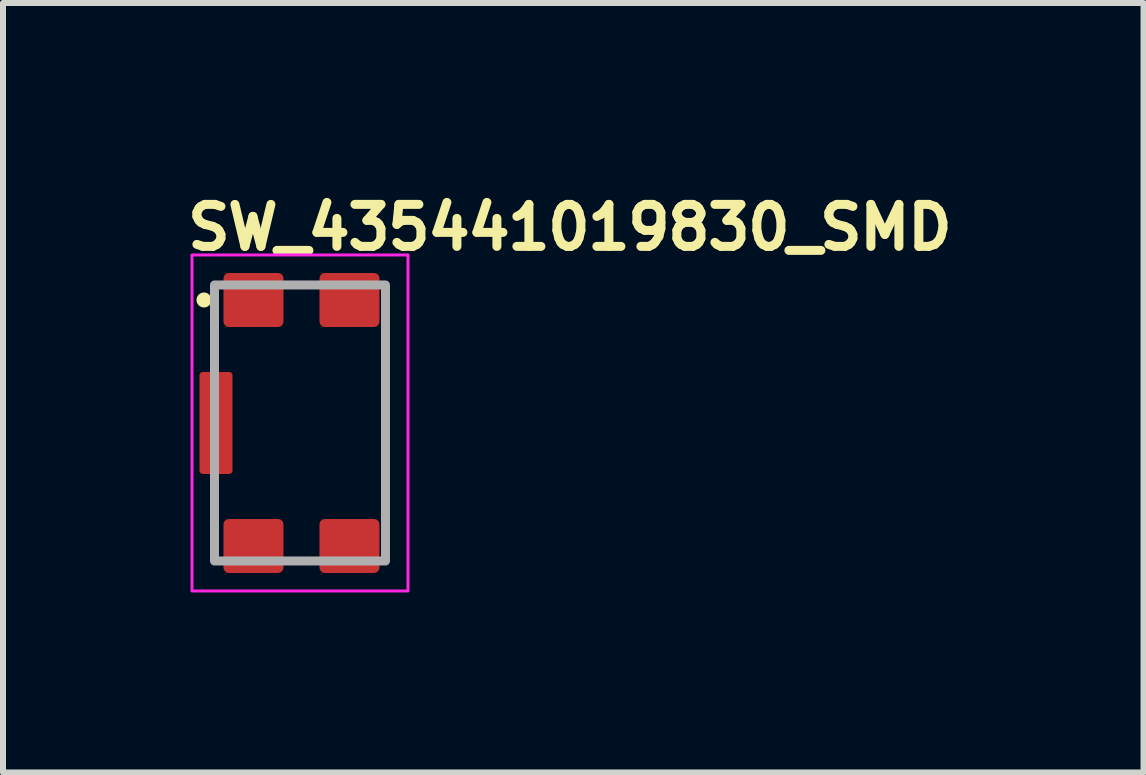
<source format=kicad_pcb>
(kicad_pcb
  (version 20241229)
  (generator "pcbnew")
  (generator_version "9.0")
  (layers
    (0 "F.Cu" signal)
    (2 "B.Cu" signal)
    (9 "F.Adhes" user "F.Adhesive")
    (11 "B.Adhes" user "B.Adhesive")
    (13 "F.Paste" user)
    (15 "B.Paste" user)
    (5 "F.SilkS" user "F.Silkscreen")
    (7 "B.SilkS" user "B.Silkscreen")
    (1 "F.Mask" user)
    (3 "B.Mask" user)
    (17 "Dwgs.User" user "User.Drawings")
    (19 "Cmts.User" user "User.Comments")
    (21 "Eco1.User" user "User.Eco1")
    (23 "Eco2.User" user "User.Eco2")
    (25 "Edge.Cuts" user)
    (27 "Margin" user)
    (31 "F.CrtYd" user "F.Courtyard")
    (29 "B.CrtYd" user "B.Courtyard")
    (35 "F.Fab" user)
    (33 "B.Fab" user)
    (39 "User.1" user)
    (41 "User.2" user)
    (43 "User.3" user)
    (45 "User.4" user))
  (footprint "SW_435441019830_SMD"
    (layer "F.Cu")
    (at 1.95 4)
    (property "Reference" "SW_435441019830_SMD" (at -1.95 -2.85 0) (unlocked yes) (layer "F.SilkS") (effects (font (size 0.7 0.7) (thickness 0.15)) (justify left bottom)))
    (attr smd)
    (fp_circle (center -1.6 -2.05) (end -1.55 -2.05) (stroke (width 0.15) (type solid)) (fill yes) (layer "F.SilkS"))
    (fp_rect (start -1.8 -2.8) (end 1.8 2.8) (stroke (width 0.05) (type solid)) (fill no) (layer "F.CrtYd"))
    (fp_rect (start -1.425 -2.3) (end 1.425 2.3) (stroke (width 0.15) (type solid)) (fill no) (layer "F.Fab"))
    (fp_rect (start -1.425 -2.3) (end 1.425 2.3) (stroke (width 0.1) (type solid)) (fill no) (layer "User.5"))
    (fp_line (start -1.425 -0.362) (end -1.425 0.362) (stroke (width 0.02) (type solid)) (layer "User.9"))
    (fp_line (start -1.425 0.362) (end -1.423 0.42) (stroke (width 0.02) (type solid)) (layer "User.9"))
    (fp_line (start -1.423 -0.42) (end -1.425 -0.362) (stroke (width 0.02) (type solid)) (layer "User.9"))
    (fp_line (start -1.423 0.42) (end -1.417 0.468) (stroke (width 0.02) (type solid)) (layer "User.9"))
    (fp_line (start -1.417 -0.468) (end -1.423 -0.42) (stroke (width 0.02) (type solid)) (layer "User.9"))
    (fp_line (start -1.417 0.468) (end -1.409 0.501) (stroke (width 0.02) (type solid)) (layer "User.9"))
    (fp_line (start -1.409 -0.501) (end -1.417 -0.468) (stroke (width 0.02) (type solid)) (layer "User.9"))
    (fp_line (start -1.409 0.501) (end -1.404 0.509) (stroke (width 0.02) (type solid)) (layer "User.9"))
    (fp_line (start -1.404 -0.509) (end -1.409 -0.501) (stroke (width 0.02) (type solid)) (layer "User.9"))
    (fp_line (start -1.404 0.509) (end -1.399 0.512) (stroke (width 0.02) (type solid)) (layer "User.9"))
    (fp_line (start -1.399 -0.512) (end -1.404 -0.509) (stroke (width 0.02) (type solid)) (layer "User.9"))
    (fp_line (start -1.399 0.512) (end -1.376 0.512) (stroke (width 0.02) (type solid)) (layer "User.9"))
    (fp_line (start -1.376 -0.512) (end -1.399 -0.512) (stroke (width 0.02) (type solid)) (layer "User.9"))
    (fp_line (start -1.376 -0.512) (end -1.376 -0.512) (stroke (width 0.02) (type solid)) (layer "User.9"))
    (fp_line (start -1.376 -0.512) (end -1.376 -0.512) (stroke (width 0.02) (type solid)) (layer "User.9"))
    (fp_line (start -1.376 -0.512) (end -1.376 0.512) (stroke (width 0.02) (type solid)) (layer "User.9"))
    (fp_line (start -1.376 0.512) (end -1.376 0.512) (stroke (width 0.02) (type solid)) (layer "User.9"))
    (fp_line (start -1.376 0.512) (end -1.376 0.512) (stroke (width 0.02) (type solid)) (layer "User.9"))
    (fp_line (start -1.375 -1.85) (end -0.857 -1.85) (stroke (width 0.02) (type solid)) (layer "User.9"))
    (fp_line (start -1.375 -1.75) (end -1.375 -1.85) (stroke (width 0.02) (type solid)) (layer "User.9"))
    (fp_line (start -1.375 -1.75) (end -1.375 -0.515) (stroke (width 0.02) (type solid)) (layer "User.9"))
    (fp_line (start -1.375 -0.512) (end -1.376 -0.512) (stroke (width 0.02) (type solid)) (layer "User.9"))
    (fp_line (start -1.375 -0.512) (end -1.375 -0.512) (stroke (width 0.02) (type solid)) (layer "User.9"))
    (fp_line (start -1.375 -0.512) (end -1.375 -0.512) (stroke (width 0.02) (type solid)) (layer "User.9"))
    (fp_line (start -1.375 -0.512) (end -1.375 -0.512) (stroke (width 0.02) (type solid)) (layer "User.9"))
    (fp_line (start -1.375 -0.512) (end -1.375 -0.512) (stroke (width 0.02) (type solid)) (layer "User.9"))
    (fp_line (start -1.375 -0.512) (end -1.375 -0.512) (stroke (width 0.02) (type solid)) (layer "User.9"))
    (fp_line (start -1.375 -0.512) (end -1.375 -0.512) (stroke (width 0.02) (type solid)) (layer "User.9"))
    (fp_line (start -1.375 -0.512) (end -1.375 -0.512) (stroke (width 0.02) (type solid)) (layer "User.9"))
    (fp_line (start -1.375 -0.512) (end -1.375 -0.512) (stroke (width 0.02) (type solid)) (layer "User.9"))
    (fp_line (start -1.375 -0.512) (end -1.375 -0.512) (stroke (width 0.02) (type solid)) (layer "User.9"))
    (fp_line (start -1.375 -0.512) (end -1.375 -0.512) (stroke (width 0.02) (type solid)) (layer "User.9"))
    (fp_line (start -1.375 -0.512) (end -1.375 -0.512) (stroke (width 0.02) (type solid)) (layer "User.9"))
    (fp_line (start -1.375 -0.512) (end -1.374 -0.512) (stroke (width 0.02) (type solid)) (layer "User.9"))
    (fp_line (start -1.375 0.512) (end -1.376 0.512) (stroke (width 0.02) (type solid)) (layer "User.9"))
    (fp_line (start -1.375 0.512) (end -1.375 -0.512) (stroke (width 0.02) (type solid)) (layer "User.9"))
    (fp_line (start -1.375 0.512) (end -1.375 0.512) (stroke (width 0.02) (type solid)) (layer "User.9"))
    (fp_line (start -1.375 0.512) (end -1.375 0.512) (stroke (width 0.02) (type solid)) (layer "User.9"))
    (fp_line (start -1.375 0.512) (end -1.375 0.512) (stroke (width 0.02) (type solid)) (layer "User.9"))
    (fp_line (start -1.375 0.512) (end -1.375 0.512) (stroke (width 0.02) (type solid)) (layer "User.9"))
    (fp_line (start -1.375 0.512) (end -1.375 0.512) (stroke (width 0.02) (type solid)) (layer "User.9"))
    (fp_line (start -1.375 0.512) (end -1.375 0.512) (stroke (width 0.02) (type solid)) (layer "User.9"))
    (fp_line (start -1.375 0.512) (end -1.375 0.512) (stroke (width 0.02) (type solid)) (layer "User.9"))
    (fp_line (start -1.375 0.512) (end -1.375 0.512) (stroke (width 0.02) (type solid)) (layer "User.9"))
    (fp_line (start -1.375 0.512) (end -1.375 0.512) (stroke (width 0.02) (type solid)) (layer "User.9"))
    (fp_line (start -1.375 0.512) (end -1.375 0.512) (stroke (width 0.02) (type solid)) (layer "User.9"))
    (fp_line (start -1.375 0.512) (end -1.375 0.512) (stroke (width 0.02) (type solid)) (layer "User.9"))
    (fp_line (start -1.375 0.515) (end -1.375 1.75) (stroke (width 0.02) (type solid)) (layer "User.9"))
    (fp_line (start -1.375 1.75) (end -1.325 1.75) (stroke (width 0.02) (type solid)) (layer "User.9"))
    (fp_line (start -1.375 1.85) (end -1.375 1.75) (stroke (width 0.02) (type solid)) (layer "User.9"))
    (fp_line (start -1.374 -0.512) (end -1.373 -0.512) (stroke (width 0.02) (type solid)) (layer "User.9"))
    (fp_line (start -1.374 0.512) (end -1.375 0.512) (stroke (width 0.02) (type solid)) (layer "User.9"))
    (fp_line (start -1.373 -0.512) (end -1.37 -0.512) (stroke (width 0.02) (type solid)) (layer "User.9"))
    (fp_line (start -1.373 0.512) (end -1.374 0.512) (stroke (width 0.02) (type solid)) (layer "User.9"))
    (fp_line (start -1.37 -0.512) (end -1.367 -0.512) (stroke (width 0.02) (type solid)) (layer "User.9"))
    (fp_line (start -1.37 0.512) (end -1.373 0.512) (stroke (width 0.02) (type solid)) (layer "User.9"))
    (fp_line (start -1.367 -0.512) (end -1.362 -0.512) (stroke (width 0.02) (type solid)) (layer "User.9"))
    (fp_line (start -1.367 0.512) (end -1.37 0.512) (stroke (width 0.02) (type solid)) (layer "User.9"))
    (fp_line (start -1.362 -0.512) (end -1.357 -0.512) (stroke (width 0.02) (type solid)) (layer "User.9"))
    (fp_line (start -1.362 0.512) (end -1.367 0.512) (stroke (width 0.02) (type solid)) (layer "User.9"))
    (fp_line (start -1.357 -0.512) (end -1.35 -0.512) (stroke (width 0.02) (type solid)) (layer "User.9"))
    (fp_line (start -1.357 0.512) (end -1.362 0.512) (stroke (width 0.02) (type solid)) (layer "User.9"))
    (fp_line (start -1.35 -0.512) (end -1.343 -0.512) (stroke (width 0.02) (type solid)) (layer "User.9"))
    (fp_line (start -1.35 0.512) (end -1.357 0.512) (stroke (width 0.02) (type solid)) (layer "User.9"))
    (fp_line (start -1.343 -0.512) (end -1.334 -0.512) (stroke (width 0.02) (type solid)) (layer "User.9"))
    (fp_line (start -1.343 0.512) (end -1.35 0.512) (stroke (width 0.02) (type solid)) (layer "User.9"))
    (fp_line (start -1.334 -0.512) (end -1.325 -0.512) (stroke (width 0.02) (type solid)) (layer "User.9"))
    (fp_line (start -1.334 0.512) (end -1.343 0.512) (stroke (width 0.02) (type solid)) (layer "User.9"))
    (fp_line (start -1.325 -1.75) (end -1.375 -1.75) (stroke (width 0.02) (type solid)) (layer "User.9"))
    (fp_line (start -1.325 -1.75) (end -1.325 -1.336) (stroke (width 0.02) (type solid)) (layer "User.9"))
    (fp_line (start -1.325 -1.176) (end -1.325 -0.762) (stroke (width 0.02) (type solid)) (layer "User.9"))
    (fp_line (start -1.325 -1.176) (end -1.301 -1.184) (stroke (width 0.02) (type solid)) (layer "User.9"))
    (fp_line (start -1.325 -0.762) (end -1.225 -0.762) (stroke (width 0.02) (type solid)) (layer "User.9"))
    (fp_line (start -1.325 -0.512) (end -1.315 -0.512) (stroke (width 0.02) (type solid)) (layer "User.9"))
    (fp_line (start -1.325 0.512) (end -1.334 0.512) (stroke (width 0.02) (type solid)) (layer "User.9"))
    (fp_line (start -1.325 0.762) (end -1.325 1.176) (stroke (width 0.02) (type solid)) (layer "User.9"))
    (fp_line (start -1.325 1.336) (end -1.325 1.75) (stroke (width 0.02) (type solid)) (layer "User.9"))
    (fp_line (start -1.325 1.336) (end -1.301 1.328) (stroke (width 0.02) (type solid)) (layer "User.9"))
    (fp_line (start -1.315 -0.512) (end -1.304 -0.512) (stroke (width 0.02) (type solid)) (layer "User.9"))
    (fp_line (start -1.315 0.512) (end -1.325 0.512) (stroke (width 0.02) (type solid)) (layer "User.9"))
    (fp_line (start -1.304 -0.512) (end -1.292 -0.512) (stroke (width 0.02) (type solid)) (layer "User.9"))
    (fp_line (start -1.304 0.512) (end -1.315 0.512) (stroke (width 0.02) (type solid)) (layer "User.9"))
    (fp_line (start -1.301 -1.328) (end -1.325 -1.336) (stroke (width 0.02) (type solid)) (layer "User.9"))
    (fp_line (start -1.301 -1.184) (end -1.281 -1.199) (stroke (width 0.02) (type solid)) (layer "User.9"))
    (fp_line (start -1.301 1.184) (end -1.325 1.176) (stroke (width 0.02) (type solid)) (layer "User.9"))
    (fp_line (start -1.301 1.328) (end -1.281 1.313) (stroke (width 0.02) (type solid)) (layer "User.9"))
    (fp_line (start -1.292 -0.512) (end -1.28 -0.512) (stroke (width 0.02) (type solid)) (layer "User.9"))
    (fp_line (start -1.292 0.512) (end -1.304 0.512) (stroke (width 0.02) (type solid)) (layer "User.9"))
    (fp_line (start -1.281 -1.313) (end -1.301 -1.328) (stroke (width 0.02) (type solid)) (layer "User.9"))
    (fp_line (start -1.281 -1.199) (end -1.267 -1.22) (stroke (width 0.02) (type solid)) (layer "User.9"))
    (fp_line (start -1.281 1.199) (end -1.301 1.184) (stroke (width 0.02) (type solid)) (layer "User.9"))
    (fp_line (start -1.281 1.313) (end -1.267 1.293) (stroke (width 0.02) (type solid)) (layer "User.9"))
    (fp_line (start -1.28 -0.515) (end -1.375 -0.515) (stroke (width 0.02) (type solid)) (layer "User.9"))
    (fp_line (start -1.28 -0.515) (end -1.28 -0.575) (stroke (width 0.02) (type solid)) (layer "User.9"))
    (fp_line (start -1.28 -0.515) (end -1.247 -0.515) (stroke (width 0.02) (type solid)) (layer "User.9"))
    (fp_line (start -1.28 -0.512) (end -1.257 -0.514) (stroke (width 0.02) (type solid)) (layer "User.9"))
    (fp_line (start -1.28 0.512) (end -1.292 0.512) (stroke (width 0.02) (type solid)) (layer "User.9"))
    (fp_line (start -1.28 0.515) (end -1.375 0.515) (stroke (width 0.02) (type solid)) (layer "User.9"))
    (fp_line (start -1.28 0.575) (end -1.28 0.515) (stroke (width 0.02) (type solid)) (layer "User.9"))
    (fp_line (start -1.267 -1.293) (end -1.281 -1.313) (stroke (width 0.02) (type solid)) (layer "User.9"))
    (fp_line (start -1.267 -1.22) (end -1.259 -1.244) (stroke (width 0.02) (type solid)) (layer "User.9"))
    (fp_line (start -1.267 1.22) (end -1.281 1.199) (stroke (width 0.02) (type solid)) (layer "User.9"))
    (fp_line (start -1.267 1.293) (end -1.259 1.269) (stroke (width 0.02) (type solid)) (layer "User.9"))
    (fp_line (start -1.259 -1.269) (end -1.267 -1.293) (stroke (width 0.02) (type solid)) (layer "User.9"))
    (fp_line (start -1.259 -1.244) (end -1.259 -1.269) (stroke (width 0.02) (type solid)) (layer "User.9"))
    (fp_line (start -1.259 1.244) (end -1.267 1.22) (stroke (width 0.02) (type solid)) (layer "User.9"))
    (fp_line (start -1.259 1.269) (end -1.259 1.244) (stroke (width 0.02) (type solid)) (layer "User.9"))
    (fp_line (start -1.257 -0.514) (end -1.232 -0.518) (stroke (width 0.02) (type solid)) (layer "User.9"))
    (fp_line (start -1.257 0.514) (end -1.28 0.512) (stroke (width 0.02) (type solid)) (layer "User.9"))
    (fp_line (start -1.247 0.515) (end -1.28 0.515) (stroke (width 0.02) (type solid)) (layer "User.9"))
    (fp_line (start -1.232 -0.518) (end -1.206 -0.525) (stroke (width 0.02) (type solid)) (layer "User.9"))
    (fp_line (start -1.232 0.518) (end -1.257 0.514) (stroke (width 0.02) (type solid)) (layer "User.9"))
    (fp_line (start -1.225 0.762) (end -1.325 0.762) (stroke (width 0.02) (type solid)) (layer "User.9"))
    (fp_line (start -1.225 0.762) (end -1.199 0.759) (stroke (width 0.02) (type solid)) (layer "User.9"))
    (fp_line (start -1.206 -0.525) (end -1.181 -0.535) (stroke (width 0.02) (type solid)) (layer "User.9"))
    (fp_line (start -1.206 0.525) (end -1.232 0.518) (stroke (width 0.02) (type solid)) (layer "User.9"))
    (fp_line (start -1.199 -0.759) (end -1.225 -0.762) (stroke (width 0.02) (type solid)) (layer "User.9"))
    (fp_line (start -1.199 0.759) (end -1.175 0.749) (stroke (width 0.02) (type solid)) (layer "User.9"))
    (fp_line (start -1.182 0.535) (end -1.206 0.525) (stroke (width 0.02) (type solid)) (layer "User.9"))
    (fp_line (start -1.181 -0.535) (end -1.159 -0.549) (stroke (width 0.02) (type solid)) (layer "User.9"))
    (fp_line (start -1.175 -0.749) (end -1.199 -0.759) (stroke (width 0.02) (type solid)) (layer "User.9"))
    (fp_line (start -1.175 0.749) (end -1.154 0.733) (stroke (width 0.02) (type solid)) (layer "User.9"))
    (fp_line (start -1.159 -0.549) (end -1.141 -0.566) (stroke (width 0.02) (type solid)) (layer "User.9"))
    (fp_line (start -1.159 0.549) (end -1.182 0.535) (stroke (width 0.02) (type solid)) (layer "User.9"))
    (fp_line (start -1.154 -0.733) (end -1.175 -0.749) (stroke (width 0.02) (type solid)) (layer "User.9"))
    (fp_line (start -1.154 0.733) (end -1.138 0.712) (stroke (width 0.02) (type solid)) (layer "User.9"))
    (fp_line (start -1.141 -0.566) (end -1.129 -0.587) (stroke (width 0.02) (type solid)) (layer "User.9"))
    (fp_line (start -1.141 0.566) (end -1.159 0.549) (stroke (width 0.02) (type solid)) (layer "User.9"))
    (fp_line (start -1.138 -0.712) (end -1.154 -0.733) (stroke (width 0.02) (type solid)) (layer "User.9"))
    (fp_line (start -1.138 0.712) (end -1.128 0.688) (stroke (width 0.02) (type solid)) (layer "User.9"))
    (fp_line (start -1.135 -0.575) (end -1.28 -0.575) (stroke (width 0.02) (type solid)) (layer "User.9"))
    (fp_line (start -1.135 0.575) (end -1.28 0.575) (stroke (width 0.02) (type solid)) (layer "User.9"))
    (fp_line (start -1.129 -0.587) (end -1.126 -0.599) (stroke (width 0.02) (type solid)) (layer "User.9"))
    (fp_line (start -1.129 0.587) (end -1.141 0.566) (stroke (width 0.02) (type solid)) (layer "User.9"))
    (fp_line (start -1.128 -0.688) (end -1.138 -0.712) (stroke (width 0.02) (type solid)) (layer "User.9"))
    (fp_line (start -1.128 0.688) (end -1.125 0.662) (stroke (width 0.02) (type solid)) (layer "User.9"))
    (fp_line (start -1.126 -0.599) (end -1.125 -0.612) (stroke (width 0.02) (type solid)) (layer "User.9"))
    (fp_line (start -1.126 0.599) (end -1.129 0.587) (stroke (width 0.02) (type solid)) (layer "User.9"))
    (fp_line (start -1.125 -0.662) (end -1.128 -0.688) (stroke (width 0.02) (type solid)) (layer "User.9"))
    (fp_line (start -1.125 -0.612) (end -1.125 -0.662) (stroke (width 0.02) (type solid)) (layer "User.9"))
    (fp_line (start -1.125 0.612) (end -1.126 0.599) (stroke (width 0.02) (type solid)) (layer "User.9"))
    (fp_line (start -1.125 0.612) (end -1.125 -0.612) (stroke (width 0.02) (type solid)) (layer "User.9"))
    (fp_line (start -1.125 0.662) (end -1.125 0.612) (stroke (width 0.02) (type solid)) (layer "User.9"))
    (fp_line (start -1.025 -2.3) (end -0.525 -2.3) (stroke (width 0.02) (type solid)) (layer "User.9"))
    (fp_line (start -1.025 -1.85) (end -1.025 -2.3) (stroke (width 0.02) (type solid)) (layer "User.9"))
    (fp_line (start -1.025 2.3) (end -1.025 1.85) (stroke (width 0.02) (type solid)) (layer "User.9"))
    (fp_line (start -0.95 -1.75) (end -1.325 -1.75) (stroke (width 0.02) (type solid)) (layer "User.9"))
    (fp_line (start -0.95 -1.75) (end -0.937 -1.751) (stroke (width 0.02) (type solid)) (layer "User.9"))
    (fp_line (start -0.95 1.75) (end -1.325 1.75) (stroke (width 0.02) (type solid)) (layer "User.9"))
    (fp_line (start -0.937 -1.751) (end -0.925 -1.754) (stroke (width 0.02) (type solid)) (layer "User.9"))
    (fp_line (start -0.937 1.751) (end -0.95 1.75) (stroke (width 0.02) (type solid)) (layer "User.9"))
    (fp_line (start -0.925 -1.754) (end -0.904 -1.766) (stroke (width 0.02) (type solid)) (layer "User.9"))
    (fp_line (start -0.925 1.754) (end -0.937 1.751) (stroke (width 0.02) (type solid)) (layer "User.9"))
    (fp_line (start -0.924 -0.042) (end -0.924 0.042) (stroke (width 0.02) (type solid)) (layer "User.9"))
    (fp_line (start -0.924 0.042) (end -0.917 0.125) (stroke (width 0.02) (type solid)) (layer "User.9"))
    (fp_line (start -0.917 -0.125) (end -0.924 -0.042) (stroke (width 0.02) (type solid)) (layer "User.9"))
    (fp_line (start -0.917 0.125) (end -0.902 0.206) (stroke (width 0.02) (type solid)) (layer "User.9"))
    (fp_line (start -0.904 -1.766) (end -0.887 -1.784) (stroke (width 0.02) (type solid)) (layer "User.9"))
    (fp_line (start -0.904 1.766) (end -0.925 1.754) (stroke (width 0.02) (type solid)) (layer "User.9"))
    (fp_line (start -0.902 -0.206) (end -0.917 -0.125) (stroke (width 0.02) (type solid)) (layer "User.9"))
    (fp_line (start -0.902 0.206) (end -0.881 0.287) (stroke (width 0.02) (type solid)) (layer "User.9"))
    (fp_line (start -0.887 -1.784) (end -0.873 -1.807) (stroke (width 0.02) (type solid)) (layer "User.9"))
    (fp_line (start -0.887 1.784) (end -0.904 1.766) (stroke (width 0.02) (type solid)) (layer "User.9"))
    (fp_line (start -0.881 -0.287) (end -0.902 -0.206) (stroke (width 0.02) (type solid)) (layer "User.9"))
    (fp_line (start -0.881 0.287) (end -0.852 0.365) (stroke (width 0.02) (type solid)) (layer "User.9"))
    (fp_line (start -0.874 -0.041) (end -0.867 -0.121) (stroke (width 0.02) (type solid)) (layer "User.9"))
    (fp_line (start -0.874 -0.041) (end -0.867 -0.121) (stroke (width 0.02) (type solid)) (layer "User.9"))
    (fp_line (start -0.874 0.041) (end -0.874 -0.041) (stroke (width 0.02) (type solid)) (layer "User.9"))
    (fp_line (start -0.874 0.041) (end -0.874 -0.041) (stroke (width 0.02) (type solid)) (layer "User.9"))
    (fp_line (start -0.873 -1.807) (end -0.863 -1.831) (stroke (width 0.02) (type solid)) (layer "User.9"))
    (fp_line (start -0.873 1.807) (end -0.887 1.784) (stroke (width 0.02) (type solid)) (layer "User.9"))
    (fp_line (start -0.867 -0.121) (end -0.852 -0.201) (stroke (width 0.02) (type solid)) (layer "User.9"))
    (fp_line (start -0.867 -0.121) (end -0.852 -0.201) (stroke (width 0.02) (type solid)) (layer "User.9"))
    (fp_line (start -0.867 0.121) (end -0.874 0.041) (stroke (width 0.02) (type solid)) (layer "User.9"))
    (fp_line (start -0.867 0.121) (end -0.874 0.041) (stroke (width 0.02) (type solid)) (layer "User.9"))
    (fp_line (start -0.863 -1.831) (end -0.855 -1.857) (stroke (width 0.02) (type solid)) (layer "User.9"))
    (fp_line (start -0.863 1.831) (end -0.873 1.807) (stroke (width 0.02) (type solid)) (layer "User.9"))
    (fp_line (start -0.857 1.85) (end -1.375 1.85) (stroke (width 0.02) (type solid)) (layer "User.9"))
    (fp_line (start -0.855 -1.857) (end -0.851 -1.882) (stroke (width 0.02) (type solid)) (layer "User.9"))
    (fp_line (start -0.855 1.857) (end -0.863 1.831) (stroke (width 0.02) (type solid)) (layer "User.9"))
    (fp_line (start -0.852 -0.365) (end -0.881 -0.287) (stroke (width 0.02) (type solid)) (layer "User.9"))
    (fp_line (start -0.852 -0.201) (end -0.831 -0.279) (stroke (width 0.02) (type solid)) (layer "User.9"))
    (fp_line (start -0.852 -0.201) (end -0.831 -0.279) (stroke (width 0.02) (type solid)) (layer "User.9"))
    (fp_line (start -0.852 0.201) (end -0.867 0.121) (stroke (width 0.02) (type solid)) (layer "User.9"))
    (fp_line (start -0.852 0.201) (end -0.867 0.121) (stroke (width 0.02) (type solid)) (layer "User.9"))
    (fp_line (start -0.852 0.365) (end -0.817 0.44) (stroke (width 0.02) (type solid)) (layer "User.9"))
    (fp_line (start -0.851 -1.882) (end -0.85 -1.905) (stroke (width 0.02) (type solid)) (layer "User.9"))
    (fp_line (start -0.851 1.882) (end -0.855 1.857) (stroke (width 0.02) (type solid)) (layer "User.9"))
    (fp_line (start -0.85 -2) (end -0.85 -1.905) (stroke (width 0.02) (type solid)) (layer "User.9"))
    (fp_line (start -0.85 -1.999) (end -0.85 -2) (stroke (width 0.02) (type solid)) (layer "User.9"))
    (fp_line (start -0.85 -1.998) (end -0.85 -1.999) (stroke (width 0.02) (type solid)) (layer "User.9"))
    (fp_line (start -0.85 -1.995) (end -0.85 -1.998) (stroke (width 0.02) (type solid)) (layer "User.9"))
    (fp_line (start -0.85 -1.992) (end -0.85 -1.995) (stroke (width 0.02) (type solid)) (layer "User.9"))
    (fp_line (start -0.85 -1.987) (end -0.85 -1.992) (stroke (width 0.02) (type solid)) (layer "User.9"))
    (fp_line (start -0.85 -1.982) (end -0.85 -1.987) (stroke (width 0.02) (type solid)) (layer "User.9"))
    (fp_line (start -0.85 -1.975) (end -0.85 -1.982) (stroke (width 0.02) (type solid)) (layer "User.9"))
    (fp_line (start -0.85 -1.968) (end -0.85 -1.975) (stroke (width 0.02) (type solid)) (layer "User.9"))
    (fp_line (start -0.85 -1.959) (end -0.85 -1.968) (stroke (width 0.02) (type solid)) (layer "User.9"))
    (fp_line (start -0.85 -1.95) (end -0.85 -1.959) (stroke (width 0.02) (type solid)) (layer "User.9"))
    (fp_line (start -0.85 -1.94) (end -0.85 -1.95) (stroke (width 0.02) (type solid)) (layer "User.9"))
    (fp_line (start -0.85 -1.929) (end -0.85 -1.94) (stroke (width 0.02) (type solid)) (layer "User.9"))
    (fp_line (start -0.85 -1.917) (end -0.85 -1.929) (stroke (width 0.02) (type solid)) (layer "User.9"))
    (fp_line (start -0.85 -1.905) (end -0.85 -1.917) (stroke (width 0.02) (type solid)) (layer "User.9"))
    (fp_line (start -0.85 1.905) (end -0.851 1.882) (stroke (width 0.02) (type solid)) (layer "User.9"))
    (fp_line (start -0.85 1.905) (end -0.85 2) (stroke (width 0.02) (type solid)) (layer "User.9"))
    (fp_line (start -0.85 1.917) (end -0.85 1.905) (stroke (width 0.02) (type solid)) (layer "User.9"))
    (fp_line (start -0.85 1.929) (end -0.85 1.917) (stroke (width 0.02) (type solid)) (layer "User.9"))
    (fp_line (start -0.85 1.94) (end -0.85 1.929) (stroke (width 0.02) (type solid)) (layer "User.9"))
    (fp_line (start -0.85 1.95) (end -0.85 1.94) (stroke (width 0.02) (type solid)) (layer "User.9"))
    (fp_line (start -0.85 1.959) (end -0.85 1.95) (stroke (width 0.02) (type solid)) (layer "User.9"))
    (fp_line (start -0.85 1.968) (end -0.85 1.959) (stroke (width 0.02) (type solid)) (layer "User.9"))
    (fp_line (start -0.85 1.975) (end -0.85 1.968) (stroke (width 0.02) (type solid)) (layer "User.9"))
    (fp_line (start -0.85 1.982) (end -0.85 1.975) (stroke (width 0.02) (type solid)) (layer "User.9"))
    (fp_line (start -0.85 1.987) (end -0.85 1.982) (stroke (width 0.02) (type solid)) (layer "User.9"))
    (fp_line (start -0.85 1.992) (end -0.85 1.987) (stroke (width 0.02) (type solid)) (layer "User.9"))
    (fp_line (start -0.85 1.995) (end -0.85 1.992) (stroke (width 0.02) (type solid)) (layer "User.9"))
    (fp_line (start -0.85 1.998) (end -0.85 1.995) (stroke (width 0.02) (type solid)) (layer "User.9"))
    (fp_line (start -0.85 1.999) (end -0.85 1.998) (stroke (width 0.02) (type solid)) (layer "User.9"))
    (fp_line (start -0.85 2) (end -0.85 1.999) (stroke (width 0.02) (type solid)) (layer "User.9"))
    (fp_line (start -0.85 2) (end -0.849 2.001) (stroke (width 0.02) (type solid)) (layer "User.9"))
    (fp_line (start -0.849 -2.001) (end -0.85 -2) (stroke (width 0.02) (type solid)) (layer "User.9"))
    (fp_line (start -0.849 2.001) (end -0.84 2.009) (stroke (width 0.02) (type solid)) (layer "User.9"))
    (fp_line (start -0.849 2.001) (end 0.899 2.001) (stroke (width 0.02) (type solid)) (layer "User.9"))
    (fp_line (start -0.84 -2.009) (end -0.849 -2.001) (stroke (width 0.02) (type solid)) (layer "User.9"))
    (fp_line (start -0.84 2.009) (end -0.823 2.016) (stroke (width 0.02) (type solid)) (layer "User.9"))
    (fp_line (start -0.831 -0.279) (end -0.802 -0.355) (stroke (width 0.02) (type solid)) (layer "User.9"))
    (fp_line (start -0.831 -0.279) (end -0.802 -0.355) (stroke (width 0.02) (type solid)) (layer "User.9"))
    (fp_line (start -0.831 0.279) (end -0.852 0.201) (stroke (width 0.02) (type solid)) (layer "User.9"))
    (fp_line (start -0.831 0.279) (end -0.852 0.201) (stroke (width 0.02) (type solid)) (layer "User.9"))
    (fp_line (start -0.823 -2.016) (end -0.84 -2.009) (stroke (width 0.02) (type solid)) (layer "User.9"))
    (fp_line (start -0.823 2.016) (end -0.799 2.023) (stroke (width 0.02) (type solid)) (layer "User.9"))
    (fp_line (start -0.817 -0.44) (end -0.852 -0.365) (stroke (width 0.02) (type solid)) (layer "User.9"))
    (fp_line (start -0.817 0.44) (end -0.775 0.512) (stroke (width 0.02) (type solid)) (layer "User.9"))
    (fp_line (start -0.802 -0.355) (end -0.767 -0.428) (stroke (width 0.02) (type solid)) (layer "User.9"))
    (fp_line (start -0.802 -0.355) (end -0.767 -0.428) (stroke (width 0.02) (type solid)) (layer "User.9"))
    (fp_line (start -0.802 0.355) (end -0.831 0.279) (stroke (width 0.02) (type solid)) (layer "User.9"))
    (fp_line (start -0.802 0.355) (end -0.831 0.279) (stroke (width 0.02) (type solid)) (layer "User.9"))
    (fp_line (start -0.799 -2.023) (end -0.823 -2.016) (stroke (width 0.02) (type solid)) (layer "User.9"))
    (fp_line (start -0.799 2.023) (end -0.768 2.029) (stroke (width 0.02) (type solid)) (layer "User.9"))
    (fp_line (start -0.775 -0.95) (end -0.775 -0.512) (stroke (width 0.02) (type solid)) (layer "User.9"))
    (fp_line (start -0.775 -0.512) (end -0.817 -0.44) (stroke (width 0.02) (type solid)) (layer "User.9"))
    (fp_line (start -0.775 0.512) (end -0.775 0.95) (stroke (width 0.02) (type solid)) (layer "User.9"))
    (fp_line (start -0.775 0.95) (end -0.771 0.989) (stroke (width 0.02) (type solid)) (layer "User.9"))
    (fp_line (start -0.774 -0.038) (end -0.767 -0.115) (stroke (width 0.02) (type solid)) (layer "User.9"))
    (fp_line (start -0.774 0.038) (end -0.774 -0.038) (stroke (width 0.02) (type solid)) (layer "User.9"))
    (fp_line (start -0.771 -0.989) (end -0.775 -0.95) (stroke (width 0.02) (type solid)) (layer "User.9"))
    (fp_line (start -0.771 0.989) (end -0.76 1.027) (stroke (width 0.02) (type solid)) (layer "User.9"))
    (fp_line (start -0.768 -2.029) (end -0.799 -2.023) (stroke (width 0.02) (type solid)) (layer "User.9"))
    (fp_line (start -0.768 2.029) (end -0.69 2.037) (stroke (width 0.02) (type solid)) (layer "User.9"))
    (fp_line (start -0.767 -0.428) (end -0.725 -0.497) (stroke (width 0.02) (type solid)) (layer "User.9"))
    (fp_line (start -0.767 -0.428) (end -0.725 -0.497) (stroke (width 0.02) (type solid)) (layer "User.9"))
    (fp_line (start -0.767 -0.115) (end -0.752 -0.19) (stroke (width 0.02) (type solid)) (layer "User.9"))
    (fp_line (start -0.767 0.115) (end -0.774 0.038) (stroke (width 0.02) (type solid)) (layer "User.9"))
    (fp_line (start -0.767 0.428) (end -0.802 0.355) (stroke (width 0.02) (type solid)) (layer "User.9"))
    (fp_line (start -0.767 0.428) (end -0.802 0.355) (stroke (width 0.02) (type solid)) (layer "User.9"))
    (fp_line (start -0.76 -1.027) (end -0.771 -0.989) (stroke (width 0.02) (type solid)) (layer "User.9"))
    (fp_line (start -0.76 1.027) (end -0.741 1.061) (stroke (width 0.02) (type solid)) (layer "User.9"))
    (fp_line (start -0.752 -0.19) (end -0.73 -0.263) (stroke (width 0.02) (type solid)) (layer "User.9"))
    (fp_line (start -0.752 0.19) (end -0.767 0.115) (stroke (width 0.02) (type solid)) (layer "User.9"))
    (fp_line (start -0.741 -1.061) (end -0.76 -1.027) (stroke (width 0.02) (type solid)) (layer "User.9"))
    (fp_line (start -0.741 1.061) (end -0.716 1.091) (stroke (width 0.02) (type solid)) (layer "User.9"))
    (fp_line (start -0.73 -0.263) (end -0.702 -0.334) (stroke (width 0.02) (type solid)) (layer "User.9"))
    (fp_line (start -0.73 0.263) (end -0.752 0.19) (stroke (width 0.02) (type solid)) (layer "User.9"))
    (fp_line (start -0.725 -0.897) (end -0.724 -0.897) (stroke (width 0.02) (type solid)) (layer "User.9"))
    (fp_line (start -0.725 -0.897) (end -0.721 -0.937) (stroke (width 0.02) (type solid)) (layer "User.9"))
    (fp_line (start -0.725 -0.897) (end -0.721 -0.937) (stroke (width 0.02) (type solid)) (layer "User.9"))
    (fp_line (start -0.725 -0.497) (end -0.725 -0.897) (stroke (width 0.02) (type solid)) (layer "User.9"))
    (fp_line (start -0.725 -0.497) (end -0.723 -0.497) (stroke (width 0.02) (type solid)) (layer "User.9"))
    (fp_line (start -0.725 0.497) (end -0.767 0.428) (stroke (width 0.02) (type solid)) (layer "User.9"))
    (fp_line (start -0.725 0.497) (end -0.767 0.428) (stroke (width 0.02) (type solid)) (layer "User.9"))
    (fp_line (start -0.725 0.497) (end -0.723 0.497) (stroke (width 0.02) (type solid)) (layer "User.9"))
    (fp_line (start -0.725 0.897) (end -0.725 0.497) (stroke (width 0.02) (type solid)) (layer "User.9"))
    (fp_line (start -0.725 0.897) (end -0.724 0.897) (stroke (width 0.02) (type solid)) (layer "User.9"))
    (fp_line (start -0.724 -0.897) (end -0.722 -0.897) (stroke (width 0.02) (type solid)) (layer "User.9"))
    (fp_line (start -0.724 0.897) (end -0.722 0.897) (stroke (width 0.02) (type solid)) (layer "User.9"))
    (fp_line (start -0.723 -0.497) (end -0.717 -0.495) (stroke (width 0.02) (type solid)) (layer "User.9"))
    (fp_line (start -0.723 0.497) (end -0.717 0.495) (stroke (width 0.02) (type solid)) (layer "User.9"))
    (fp_line (start -0.722 -0.897) (end -0.719 -0.897) (stroke (width 0.02) (type solid)) (layer "User.9"))
    (fp_line (start -0.722 0.897) (end -0.719 0.897) (stroke (width 0.02) (type solid)) (layer "User.9"))
    (fp_line (start -0.721 -0.937) (end -0.71 -0.974) (stroke (width 0.02) (type solid)) (layer "User.9"))
    (fp_line (start -0.721 -0.937) (end -0.71 -0.974) (stroke (width 0.02) (type solid)) (layer "User.9"))
    (fp_line (start -0.721 0.937) (end -0.725 0.897) (stroke (width 0.02) (type solid)) (layer "User.9"))
    (fp_line (start -0.721 0.937) (end -0.725 0.897) (stroke (width 0.02) (type solid)) (layer "User.9"))
    (fp_line (start -0.719 -0.897) (end -0.715 -0.897) (stroke (width 0.02) (type solid)) (layer "User.9"))
    (fp_line (start -0.719 0.897) (end -0.715 0.897) (stroke (width 0.02) (type solid)) (layer "User.9"))
    (fp_line (start -0.717 -0.495) (end -0.694 -0.488) (stroke (width 0.02) (type solid)) (layer "User.9"))
    (fp_line (start -0.717 0.495) (end -0.694 0.488) (stroke (width 0.02) (type solid)) (layer "User.9"))
    (fp_line (start -0.716 -1.091) (end -0.741 -1.061) (stroke (width 0.02) (type solid)) (layer "User.9"))
    (fp_line (start -0.716 1.091) (end -0.686 1.116) (stroke (width 0.02) (type solid)) (layer "User.9"))
    (fp_line (start -0.715 -0.897) (end -0.71 -0.897) (stroke (width 0.02) (type solid)) (layer "User.9"))
    (fp_line (start -0.715 0.897) (end -0.71 0.897) (stroke (width 0.02) (type solid)) (layer "User.9"))
    (fp_line (start -0.71 -0.974) (end -0.691 -1.009) (stroke (width 0.02) (type solid)) (layer "User.9"))
    (fp_line (start -0.71 -0.974) (end -0.691 -1.009) (stroke (width 0.02) (type solid)) (layer "User.9"))
    (fp_line (start -0.71 -0.897) (end -0.703 -0.897) (stroke (width 0.02) (type solid)) (layer "User.9"))
    (fp_line (start -0.71 0.897) (end -0.703 0.897) (stroke (width 0.02) (type solid)) (layer "User.9"))
    (fp_line (start -0.71 0.974) (end -0.721 0.937) (stroke (width 0.02) (type solid)) (layer "User.9"))
    (fp_line (start -0.71 0.974) (end -0.721 0.937) (stroke (width 0.02) (type solid)) (layer "User.9"))
    (fp_line (start -0.703 -0.897) (end -0.696 -0.897) (stroke (width 0.02) (type solid)) (layer "User.9"))
    (fp_line (start -0.703 0.897) (end -0.696 0.897) (stroke (width 0.02) (type solid)) (layer "User.9"))
    (fp_line (start -0.702 -0.334) (end -0.667 -0.402) (stroke (width 0.02) (type solid)) (layer "User.9"))
    (fp_line (start -0.702 0.334) (end -0.73 0.263) (stroke (width 0.02) (type solid)) (layer "User.9"))
    (fp_line (start -0.696 -0.897) (end -0.687 -0.897) (stroke (width 0.02) (type solid)) (layer "User.9"))
    (fp_line (start -0.696 0.897) (end -0.687 0.897) (stroke (width 0.02) (type solid)) (layer "User.9"))
    (fp_line (start -0.694 -0.488) (end -0.625 -0.466) (stroke (width 0.02) (type solid)) (layer "User.9"))
    (fp_line (start -0.694 0.488) (end -0.625 0.466) (stroke (width 0.02) (type solid)) (layer "User.9"))
    (fp_line (start -0.691 -1.009) (end -0.666 -1.039) (stroke (width 0.02) (type solid)) (layer "User.9"))
    (fp_line (start -0.691 -1.009) (end -0.666 -1.039) (stroke (width 0.02) (type solid)) (layer "User.9"))
    (fp_line (start -0.691 1.009) (end -0.71 0.974) (stroke (width 0.02) (type solid)) (layer "User.9"))
    (fp_line (start -0.691 1.009) (end -0.71 0.974) (stroke (width 0.02) (type solid)) (layer "User.9"))
    (fp_line (start -0.69 -2.037) (end -0.768 -2.029) (stroke (width 0.02) (type solid)) (layer "User.9"))
    (fp_line (start -0.69 2.037) (end -0.6 2.04) (stroke (width 0.02) (type solid)) (layer "User.9"))
    (fp_line (start -0.687 -0.897) (end -0.678 -0.897) (stroke (width 0.02) (type solid)) (layer "User.9"))
    (fp_line (start -0.687 0.897) (end -0.678 0.897) (stroke (width 0.02) (type solid)) (layer "User.9"))
    (fp_line (start -0.686 -1.116) (end -0.716 -1.091) (stroke (width 0.02) (type solid)) (layer "User.9"))
    (fp_line (start -0.686 1.116) (end -0.652 1.135) (stroke (width 0.02) (type solid)) (layer "User.9"))
    (fp_line (start -0.678 -0.897) (end -0.668 -0.897) (stroke (width 0.02) (type solid)) (layer "User.9"))
    (fp_line (start -0.678 0.897) (end -0.668 0.897) (stroke (width 0.02) (type solid)) (layer "User.9"))
    (fp_line (start -0.668 -0.897) (end -0.658 -0.897) (stroke (width 0.02) (type solid)) (layer "User.9"))
    (fp_line (start -0.668 0.897) (end -0.658 0.897) (stroke (width 0.02) (type solid)) (layer "User.9"))
    (fp_line (start -0.667 -0.402) (end -0.625 -0.466) (stroke (width 0.02) (type solid)) (layer "User.9"))
    (fp_line (start -0.667 0.402) (end -0.702 0.334) (stroke (width 0.02) (type solid)) (layer "User.9"))
    (fp_line (start -0.666 -1.039) (end -0.636 -1.064) (stroke (width 0.02) (type solid)) (layer "User.9"))
    (fp_line (start -0.666 -1.039) (end -0.636 -1.064) (stroke (width 0.02) (type solid)) (layer "User.9"))
    (fp_line (start -0.666 1.039) (end -0.691 1.009) (stroke (width 0.02) (type solid)) (layer "User.9"))
    (fp_line (start -0.666 1.039) (end -0.691 1.009) (stroke (width 0.02) (type solid)) (layer "User.9"))
    (fp_line (start -0.658 -0.897) (end -0.647 -0.897) (stroke (width 0.02) (type solid)) (layer "User.9"))
    (fp_line (start -0.658 0.897) (end -0.647 0.897) (stroke (width 0.02) (type solid)) (layer "User.9"))
    (fp_line (start -0.652 -1.135) (end -0.686 -1.116) (stroke (width 0.02) (type solid)) (layer "User.9"))
    (fp_line (start -0.652 1.135) (end -0.614 1.146) (stroke (width 0.02) (type solid)) (layer "User.9"))
    (fp_line (start -0.647 -0.897) (end -0.636 -0.897) (stroke (width 0.02) (type solid)) (layer "User.9"))
    (fp_line (start -0.647 0.897) (end -0.636 0.897) (stroke (width 0.02) (type solid)) (layer "User.9"))
    (fp_line (start -0.636 -1.064) (end -0.602 -1.082) (stroke (width 0.02) (type solid)) (layer "User.9"))
    (fp_line (start -0.636 -1.064) (end -0.602 -1.082) (stroke (width 0.02) (type solid)) (layer "User.9"))
    (fp_line (start -0.636 -0.897) (end -0.625 -0.897) (stroke (width 0.02) (type solid)) (layer "User.9"))
    (fp_line (start -0.636 0.897) (end -0.625 0.897) (stroke (width 0.02) (type solid)) (layer "User.9"))
    (fp_line (start -0.636 1.064) (end -0.666 1.039) (stroke (width 0.02) (type solid)) (layer "User.9"))
    (fp_line (start -0.636 1.064) (end -0.666 1.039) (stroke (width 0.02) (type solid)) (layer "User.9"))
    (fp_line (start -0.625 -0.897) (end -0.622 -0.923) (stroke (width 0.02) (type solid)) (layer "User.9"))
    (fp_line (start -0.625 -0.466) (end -0.625 -0.897) (stroke (width 0.02) (type solid)) (layer "User.9"))
    (fp_line (start -0.625 0.466) (end -0.667 0.402) (stroke (width 0.02) (type solid)) (layer "User.9"))
    (fp_line (start -0.625 0.897) (end -0.625 0.466) (stroke (width 0.02) (type solid)) (layer "User.9"))
    (fp_line (start -0.622 -0.923) (end -0.612 -0.947) (stroke (width 0.02) (type solid)) (layer "User.9"))
    (fp_line (start -0.622 0.923) (end -0.625 0.897) (stroke (width 0.02) (type solid)) (layer "User.9"))
    (fp_line (start -0.614 -1.146) (end -0.652 -1.135) (stroke (width 0.02) (type solid)) (layer "User.9"))
    (fp_line (start -0.614 1.146) (end -0.575 1.15) (stroke (width 0.02) (type solid)) (layer "User.9"))
    (fp_line (start -0.612 -0.947) (end -0.596 -0.968) (stroke (width 0.02) (type solid)) (layer "User.9"))
    (fp_line (start -0.612 0.947) (end -0.622 0.923) (stroke (width 0.02) (type solid)) (layer "User.9"))
    (fp_line (start -0.602 -1.082) (end -0.564 -1.094) (stroke (width 0.02) (type solid)) (layer "User.9"))
    (fp_line (start -0.602 -1.082) (end -0.564 -1.094) (stroke (width 0.02) (type solid)) (layer "User.9"))
    (fp_line (start -0.602 1.082) (end -0.636 1.064) (stroke (width 0.02) (type solid)) (layer "User.9"))
    (fp_line (start -0.602 1.082) (end -0.636 1.064) (stroke (width 0.02) (type solid)) (layer "User.9"))
    (fp_line (start -0.6 -2.04) (end -0.69 -2.037) (stroke (width 0.02) (type solid)) (layer "User.9"))
    (fp_line (start -0.6 2.04) (end 0.65 2.04) (stroke (width 0.02) (type solid)) (layer "User.9"))
    (fp_line (start -0.596 -0.968) (end -0.575 -0.984) (stroke (width 0.02) (type solid)) (layer "User.9"))
    (fp_line (start -0.596 0.968) (end -0.612 0.947) (stroke (width 0.02) (type solid)) (layer "User.9"))
    (fp_line (start -0.575 -1.15) (end -0.614 -1.146) (stroke (width 0.02) (type solid)) (layer "User.9"))
    (fp_line (start -0.575 -0.984) (end -0.551 -0.994) (stroke (width 0.02) (type solid)) (layer "User.9"))
    (fp_line (start -0.575 0.984) (end -0.596 0.968) (stroke (width 0.02) (type solid)) (layer "User.9"))
    (fp_line (start -0.575 1.15) (end 0.625 1.15) (stroke (width 0.02) (type solid)) (layer "User.9"))
    (fp_line (start -0.564 -1.094) (end -0.525 -1.097) (stroke (width 0.02) (type solid)) (layer "User.9"))
    (fp_line (start -0.564 -1.094) (end -0.525 -1.097) (stroke (width 0.02) (type solid)) (layer "User.9"))
    (fp_line (start -0.564 1.094) (end -0.602 1.082) (stroke (width 0.02) (type solid)) (layer "User.9"))
    (fp_line (start -0.564 1.094) (end -0.602 1.082) (stroke (width 0.02) (type solid)) (layer "User.9"))
    (fp_line (start -0.551 -0.994) (end -0.525 -0.997) (stroke (width 0.02) (type solid)) (layer "User.9"))
    (fp_line (start -0.551 0.994) (end -0.575 0.984) (stroke (width 0.02) (type solid)) (layer "User.9"))
    (fp_line (start -0.525 -2.3) (end -0.525 -2.15) (stroke (width 0.02) (type solid)) (layer "User.9"))
    (fp_line (start -0.525 -2.15) (end -0.425 -2.15) (stroke (width 0.02) (type solid)) (layer "User.9"))
    (fp_line (start -0.525 -1.097) (end -0.525 -1.097) (stroke (width 0.02) (type solid)) (layer "User.9"))
    (fp_line (start -0.525 -1.097) (end -0.525 -1.095) (stroke (width 0.02) (type solid)) (layer "User.9"))
    (fp_line (start -0.525 -1.097) (end 0.575 -1.097) (stroke (width 0.02) (type solid)) (layer "User.9"))
    (fp_line (start -0.525 -1.095) (end -0.525 -1.092) (stroke (width 0.02) (type solid)) (layer "User.9"))
    (fp_line (start -0.525 -1.092) (end -0.525 -1.088) (stroke (width 0.02) (type solid)) (layer "User.9"))
    (fp_line (start -0.525 -1.088) (end -0.525 -1.082) (stroke (width 0.02) (type solid)) (layer "User.9"))
    (fp_line (start -0.525 -1.082) (end -0.525 -1.076) (stroke (width 0.02) (type solid)) (layer "User.9"))
    (fp_line (start -0.525 -1.076) (end -0.525 -1.068) (stroke (width 0.02) (type solid)) (layer "User.9"))
    (fp_line (start -0.525 -1.068) (end -0.525 -1.06) (stroke (width 0.02) (type solid)) (layer "User.9"))
    (fp_line (start -0.525 -1.06) (end -0.525 -1.051) (stroke (width 0.02) (type solid)) (layer "User.9"))
    (fp_line (start -0.525 -1.051) (end -0.525 -1.041) (stroke (width 0.02) (type solid)) (layer "User.9"))
    (fp_line (start -0.525 -1.041) (end -0.525 -1.031) (stroke (width 0.02) (type solid)) (layer "User.9"))
    (fp_line (start -0.525 -1.031) (end -0.525 -1.02) (stroke (width 0.02) (type solid)) (layer "User.9"))
    (fp_line (start -0.525 -1.02) (end -0.525 -1.009) (stroke (width 0.02) (type solid)) (layer "User.9"))
    (fp_line (start -0.525 -1.009) (end -0.525 -0.997) (stroke (width 0.02) (type solid)) (layer "User.9"))
    (fp_line (start -0.525 -0.997) (end 0.575 -0.997) (stroke (width 0.02) (type solid)) (layer "User.9"))
    (fp_line (start -0.525 0.997) (end -0.551 0.994) (stroke (width 0.02) (type solid)) (layer "User.9"))
    (fp_line (start -0.525 1.009) (end -0.525 0.997) (stroke (width 0.02) (type solid)) (layer "User.9"))
    (fp_line (start -0.525 1.02) (end -0.525 1.009) (stroke (width 0.02) (type solid)) (layer "User.9"))
    (fp_line (start -0.525 1.031) (end -0.525 1.02) (stroke (width 0.02) (type solid)) (layer "User.9"))
    (fp_line (start -0.525 1.041) (end -0.525 1.031) (stroke (width 0.02) (type solid)) (layer "User.9"))
    (fp_line (start -0.525 1.051) (end -0.525 1.041) (stroke (width 0.02) (type solid)) (layer "User.9"))
    (fp_line (start -0.525 1.06) (end -0.525 1.051) (stroke (width 0.02) (type solid)) (layer "User.9"))
    (fp_line (start -0.525 1.068) (end -0.525 1.06) (stroke (width 0.02) (type solid)) (layer "User.9"))
    (fp_line (start -0.525 1.076) (end -0.525 1.068) (stroke (width 0.02) (type solid)) (layer "User.9"))
    (fp_line (start -0.525 1.082) (end -0.525 1.076) (stroke (width 0.02) (type solid)) (layer "User.9"))
    (fp_line (start -0.525 1.088) (end -0.525 1.082) (stroke (width 0.02) (type solid)) (layer "User.9"))
    (fp_line (start -0.525 1.092) (end -0.525 1.088) (stroke (width 0.02) (type solid)) (layer "User.9"))
    (fp_line (start -0.525 1.095) (end -0.525 1.092) (stroke (width 0.02) (type solid)) (layer "User.9"))
    (fp_line (start -0.525 1.097) (end -0.564 1.094) (stroke (width 0.02) (type solid)) (layer "User.9"))
    (fp_line (start -0.525 1.097) (end -0.564 1.094) (stroke (width 0.02) (type solid)) (layer "User.9"))
    (fp_line (start -0.525 1.097) (end -0.525 1.095) (stroke (width 0.02) (type solid)) (layer "User.9"))
    (fp_line (start -0.525 1.097) (end -0.525 1.097) (stroke (width 0.02) (type solid)) (layer "User.9"))
    (fp_line (start -0.525 2.15) (end -0.525 2.3) (stroke (width 0.02) (type solid)) (layer "User.9"))
    (fp_line (start -0.525 2.3) (end -1.025 2.3) (stroke (width 0.02) (type solid)) (layer "User.9"))
    (fp_line (start -0.425 -2.15) (end -0.425 -2.04) (stroke (width 0.02) (type solid)) (layer "User.9"))
    (fp_line (start -0.425 2.04) (end -0.425 2.15) (stroke (width 0.02) (type solid)) (layer "User.9"))
    (fp_line (start -0.425 2.15) (end -0.525 2.15) (stroke (width 0.02) (type solid)) (layer "User.9"))
    (fp_line (start -0.375 -2) (end -0.85 -2) (stroke (width 0.02) (type solid)) (layer "User.9"))
    (fp_line (start -0.375 -2) (end -0.375 -1.999) (stroke (width 0.02) (type solid)) (layer "User.9"))
    (fp_line (start -0.375 -2) (end 0.425 -2) (stroke (width 0.02) (type solid)) (layer "User.9"))
    (fp_line (start -0.375 -1.999) (end -0.375 -1.996) (stroke (width 0.02) (type solid)) (layer "User.9"))
    (fp_line (start -0.375 -1.996) (end -0.375 -1.991) (stroke (width 0.02) (type solid)) (layer "User.9"))
    (fp_line (start -0.375 -1.991) (end -0.375 -1.985) (stroke (width 0.02) (type solid)) (layer "User.9"))
    (fp_line (start -0.375 -1.985) (end -0.375 -1.976) (stroke (width 0.02) (type solid)) (layer "User.9"))
    (fp_line (start -0.375 -1.976) (end -0.375 -1.966) (stroke (width 0.02) (type solid)) (layer "User.9"))
    (fp_line (start -0.375 -1.966) (end -0.375 -1.954) (stroke (width 0.02) (type solid)) (layer "User.9"))
    (fp_line (start -0.375 -1.954) (end -0.375 -1.94) (stroke (width 0.02) (type solid)) (layer "User.9"))
    (fp_line (start -0.375 -1.94) (end -0.375 -1.925) (stroke (width 0.02) (type solid)) (layer "User.9"))
    (fp_line (start -0.375 -1.925) (end -0.375 -1.909) (stroke (width 0.02) (type solid)) (layer "User.9"))
    (fp_line (start -0.375 -1.909) (end -0.375 -1.891) (stroke (width 0.02) (type solid)) (layer "User.9"))
    (fp_line (start -0.375 -1.891) (end -0.375 -1.872) (stroke (width 0.02) (type solid)) (layer "User.9"))
    (fp_line (start -0.375 -1.872) (end -0.375 -1.853) (stroke (width 0.02) (type solid)) (layer "User.9"))
    (fp_line (start -0.375 -1.853) (end -0.375 -1.832) (stroke (width 0.02) (type solid)) (layer "User.9"))
    (fp_line (start -0.375 -1.85) (end -0.35 -1.85) (stroke (width 0.02) (type solid)) (layer "User.9"))
    (fp_line (start -0.375 -1.832) (end -0.372 -1.805) (stroke (width 0.02) (type solid)) (layer "User.9"))
    (fp_line (start -0.375 1.832) (end -0.375 1.853) (stroke (width 0.02) (type solid)) (layer "User.9"))
    (fp_line (start -0.375 1.853) (end -0.375 1.872) (stroke (width 0.02) (type solid)) (layer "User.9"))
    (fp_line (start -0.375 1.872) (end -0.375 1.891) (stroke (width 0.02) (type solid)) (layer "User.9"))
    (fp_line (start -0.375 1.891) (end -0.375 1.909) (stroke (width 0.02) (type solid)) (layer "User.9"))
    (fp_line (start -0.375 1.909) (end -0.375 1.925) (stroke (width 0.02) (type solid)) (layer "User.9"))
    (fp_line (start -0.375 1.925) (end -0.375 1.94) (stroke (width 0.02) (type solid)) (layer "User.9"))
    (fp_line (start -0.375 1.94) (end -0.375 1.954) (stroke (width 0.02) (type solid)) (layer "User.9"))
    (fp_line (start -0.375 1.954) (end -0.375 1.966) (stroke (width 0.02) (type solid)) (layer "User.9"))
    (fp_line (start -0.375 1.966) (end -0.375 1.976) (stroke (width 0.02) (type solid)) (layer "User.9"))
    (fp_line (start -0.375 1.976) (end -0.375 1.985) (stroke (width 0.02) (type solid)) (layer "User.9"))
    (fp_line (start -0.375 1.985) (end -0.375 1.991) (stroke (width 0.02) (type solid)) (layer "User.9"))
    (fp_line (start -0.375 1.991) (end -0.375 1.996) (stroke (width 0.02) (type solid)) (layer "User.9"))
    (fp_line (start -0.375 1.996) (end -0.375 1.999) (stroke (width 0.02) (type solid)) (layer "User.9"))
    (fp_line (start -0.375 1.999) (end -0.375 2) (stroke (width 0.02) (type solid)) (layer "User.9"))
    (fp_line (start -0.375 2) (end -0.85 2) (stroke (width 0.02) (type solid)) (layer "User.9"))
    (fp_line (start -0.372 -1.805) (end -0.364 -1.778) (stroke (width 0.02) (type solid)) (layer "User.9"))
    (fp_line (start -0.372 1.805) (end -0.375 1.832) (stroke (width 0.02) (type solid)) (layer "User.9"))
    (fp_line (start -0.364 -1.778) (end -0.357 -1.767) (stroke (width 0.02) (type solid)) (layer "User.9"))
    (fp_line (start -0.364 1.778) (end -0.372 1.805) (stroke (width 0.02) (type solid)) (layer "User.9"))
    (fp_line (start -0.357 -1.767) (end -0.348 -1.758) (stroke (width 0.02) (type solid)) (layer "User.9"))
    (fp_line (start -0.357 1.767) (end -0.364 1.778) (stroke (width 0.02) (type solid)) (layer "User.9"))
    (fp_line (start -0.35 -1.95) (end -0.35 -1.85) (stroke (width 0.02) (type solid)) (layer "User.9"))
    (fp_line (start -0.35 1.85) (end -0.375 1.85) (stroke (width 0.02) (type solid)) (layer "User.9"))
    (fp_line (start -0.35 1.85) (end -0.35 1.95) (stroke (width 0.02) (type solid)) (layer "User.9"))
    (fp_line (start -0.348 -1.758) (end -0.337 -1.752) (stroke (width 0.02) (type solid)) (layer "User.9"))
    (fp_line (start -0.348 1.758) (end -0.357 1.767) (stroke (width 0.02) (type solid)) (layer "User.9"))
    (fp_line (start -0.338 1.752) (end -0.348 1.758) (stroke (width 0.02) (type solid)) (layer "User.9"))
    (fp_line (start -0.337 -1.752) (end -0.325 -1.75) (stroke (width 0.02) (type solid)) (layer "User.9"))
    (fp_line (start -0.325 -1.75) (end -0.95 -1.75) (stroke (width 0.02) (type solid)) (layer "User.9"))
    (fp_line (start -0.325 -1.75) (end 0.375 -1.75) (stroke (width 0.02) (type solid)) (layer "User.9"))
    (fp_line (start -0.325 1.75) (end -0.95 1.75) (stroke (width 0.02) (type solid)) (layer "User.9"))
    (fp_line (start -0.325 1.75) (end -0.338 1.752) (stroke (width 0.02) (type solid)) (layer "User.9"))
    (fp_line (start 0.375 -1.75) (end 0.388 -1.752) (stroke (width 0.02) (type solid)) (layer "User.9"))
    (fp_line (start 0.375 1.75) (end -0.325 1.75) (stroke (width 0.02) (type solid)) (layer "User.9"))
    (fp_line (start 0.388 -1.752) (end 0.398 -1.758) (stroke (width 0.02) (type solid)) (layer "User.9"))
    (fp_line (start 0.388 1.752) (end 0.375 1.75) (stroke (width 0.02) (type solid)) (layer "User.9"))
    (fp_line (start 0.398 -1.758) (end 0.407 -1.767) (stroke (width 0.02) (type solid)) (layer "User.9"))
    (fp_line (start 0.398 1.758) (end 0.388 1.752) (stroke (width 0.02) (type solid)) (layer "User.9"))
    (fp_line (start 0.4 -1.95) (end -0.35 -1.95) (stroke (width 0.02) (type solid)) (layer "User.9"))
    (fp_line (start 0.4 -1.95) (end 0.4 -1.85) (stroke (width 0.02) (type solid)) (layer "User.9"))
    (fp_line (start 0.4 -1.85) (end -0.35 -1.85) (stroke (width 0.02) (type solid)) (layer "User.9"))
    (fp_line (start 0.4 -1.85) (end 0.425 -1.85) (stroke (width 0.02) (type solid)) (layer "User.9"))
    (fp_line (start 0.4 1.85) (end -0.35 1.85) (stroke (width 0.02) (type solid)) (layer "User.9"))
    (fp_line (start 0.4 1.85) (end 0.4 1.95) (stroke (width 0.02) (type solid)) (layer "User.9"))
    (fp_line (start 0.4 1.95) (end -0.35 1.95) (stroke (width 0.02) (type solid)) (layer "User.9"))
    (fp_line (start 0.407 -1.767) (end 0.414 -1.778) (stroke (width 0.02) (type solid)) (layer "User.9"))
    (fp_line (start 0.407 1.767) (end 0.398 1.758) (stroke (width 0.02) (type solid)) (layer "User.9"))
    (fp_line (start 0.414 -1.778) (end 0.422 -1.805) (stroke (width 0.02) (type solid)) (layer "User.9"))
    (fp_line (start 0.414 1.778) (end 0.407 1.767) (stroke (width 0.02) (type solid)) (layer "User.9"))
    (fp_line (start 0.422 -1.805) (end 0.425 -1.832) (stroke (width 0.02) (type solid)) (layer "User.9"))
    (fp_line (start 0.422 1.805) (end 0.414 1.778) (stroke (width 0.02) (type solid)) (layer "User.9"))
    (fp_line (start 0.425 -2) (end 0.425 -1.999) (stroke (width 0.02) (type solid)) (layer "User.9"))
    (fp_line (start 0.425 -1.999) (end 0.425 -1.996) (stroke (width 0.02) (type solid)) (layer "User.9"))
    (fp_line (start 0.425 -1.996) (end 0.425 -1.991) (stroke (width 0.02) (type solid)) (layer "User.9"))
    (fp_line (start 0.425 -1.991) (end 0.425 -1.985) (stroke (width 0.02) (type solid)) (layer "User.9"))
    (fp_line (start 0.425 -1.985) (end 0.425 -1.976) (stroke (width 0.02) (type solid)) (layer "User.9"))
    (fp_line (start 0.425 -1.976) (end 0.425 -1.966) (stroke (width 0.02) (type solid)) (layer "User.9"))
    (fp_line (start 0.425 -1.966) (end 0.425 -1.954) (stroke (width 0.02) (type solid)) (layer "User.9"))
    (fp_line (start 0.425 -1.954) (end 0.425 -1.94) (stroke (width 0.02) (type solid)) (layer "User.9"))
    (fp_line (start 0.425 -1.94) (end 0.425 -1.925) (stroke (width 0.02) (type solid)) (layer "User.9"))
    (fp_line (start 0.425 -1.925) (end 0.425 -1.909) (stroke (width 0.02) (type solid)) (layer "User.9"))
    (fp_line (start 0.425 -1.909) (end 0.425 -1.891) (stroke (width 0.02) (type solid)) (layer "User.9"))
    (fp_line (start 0.425 -1.891) (end 0.425 -1.872) (stroke (width 0.02) (type solid)) (layer "User.9"))
    (fp_line (start 0.425 -1.872) (end 0.425 -1.853) (stroke (width 0.02) (type solid)) (layer "User.9"))
    (fp_line (start 0.425 -1.853) (end 0.425 -1.832) (stroke (width 0.02) (type solid)) (layer "User.9"))
    (fp_line (start 0.425 1.832) (end 0.422 1.805) (stroke (width 0.02) (type solid)) (layer "User.9"))
    (fp_line (start 0.425 1.832) (end 0.425 1.853) (stroke (width 0.02) (type solid)) (layer "User.9"))
    (fp_line (start 0.425 1.85) (end 0.4 1.85) (stroke (width 0.02) (type solid)) (layer "User.9"))
    (fp_line (start 0.425 1.853) (end 0.425 1.872) (stroke (width 0.02) (type solid)) (layer "User.9"))
    (fp_line (start 0.425 1.872) (end 0.425 1.891) (stroke (width 0.02) (type solid)) (layer "User.9"))
    (fp_line (start 0.425 1.891) (end 0.425 1.909) (stroke (width 0.02) (type solid)) (layer "User.9"))
    (fp_line (start 0.425 1.909) (end 0.425 1.925) (stroke (width 0.02) (type solid)) (layer "User.9"))
    (fp_line (start 0.425 1.925) (end 0.425 1.94) (stroke (width 0.02) (type solid)) (layer "User.9"))
    (fp_line (start 0.425 1.94) (end 0.425 1.954) (stroke (width 0.02) (type solid)) (layer "User.9"))
    (fp_line (start 0.425 1.954) (end 0.425 1.966) (stroke (width 0.02) (type solid)) (layer "User.9"))
    (fp_line (start 0.425 1.966) (end 0.425 1.976) (stroke (width 0.02) (type solid)) (layer "User.9"))
    (fp_line (start 0.425 1.976) (end 0.425 1.985) (stroke (width 0.02) (type solid)) (layer "User.9"))
    (fp_line (start 0.425 1.985) (end 0.425 1.991) (stroke (width 0.02) (type solid)) (layer "User.9"))
    (fp_line (start 0.425 1.991) (end 0.425 1.996) (stroke (width 0.02) (type solid)) (layer "User.9"))
    (fp_line (start 0.425 1.996) (end 0.425 1.999) (stroke (width 0.02) (type solid)) (layer "User.9"))
    (fp_line (start 0.425 1.999) (end 0.425 2) (stroke (width 0.02) (type solid)) (layer "User.9"))
    (fp_line (start 0.425 2) (end -0.375 2) (stroke (width 0.02) (type solid)) (layer "User.9"))
    (fp_line (start 0.475 -2.15) (end 0.575 -2.15) (stroke (width 0.02) (type solid)) (layer "User.9"))
    (fp_line (start 0.475 -2.04) (end 0.475 -2.15) (stroke (width 0.02) (type solid)) (layer "User.9"))
    (fp_line (start 0.475 2.15) (end 0.475 2.04) (stroke (width 0.02) (type solid)) (layer "User.9"))
    (fp_line (start 0.575 -2.3) (end 1.075 -2.3) (stroke (width 0.02) (type solid)) (layer "User.9"))
    (fp_line (start 0.575 -2.15) (end 0.575 -2.3) (stroke (width 0.02) (type solid)) (layer "User.9"))
    (fp_line (start 0.575 -1.097) (end 0.575 -1.097) (stroke (width 0.02) (type solid)) (layer "User.9"))
    (fp_line (start 0.575 -1.097) (end 0.614 -1.094) (stroke (width 0.02) (type solid)) (layer "User.9"))
    (fp_line (start 0.575 -1.097) (end 0.614 -1.094) (stroke (width 0.02) (type solid)) (layer "User.9"))
    (fp_line (start 0.575 -1.095) (end 0.575 -1.097) (stroke (width 0.02) (type solid)) (layer "User.9"))
    (fp_line (start 0.575 -1.092) (end 0.575 -1.095) (stroke (width 0.02) (type solid)) (layer "User.9"))
    (fp_line (start 0.575 -1.088) (end 0.575 -1.092) (stroke (width 0.02) (type solid)) (layer "User.9"))
    (fp_line (start 0.575 -1.082) (end 0.575 -1.088) (stroke (width 0.02) (type solid)) (layer "User.9"))
    (fp_line (start 0.575 -1.076) (end 0.575 -1.082) (stroke (width 0.02) (type solid)) (layer "User.9"))
    (fp_line (start 0.575 -1.068) (end 0.575 -1.076) (stroke (width 0.02) (type solid)) (layer "User.9"))
    (fp_line (start 0.575 -1.06) (end 0.575 -1.068) (stroke (width 0.02) (type solid)) (layer "User.9"))
    (fp_line (start 0.575 -1.051) (end 0.575 -1.06) (stroke (width 0.02) (type solid)) (layer "User.9"))
    (fp_line (start 0.575 -1.041) (end 0.575 -1.051) (stroke (width 0.02) (type solid)) (layer "User.9"))
    (fp_line (start 0.575 -1.031) (end 0.575 -1.041) (stroke (width 0.02) (type solid)) (layer "User.9"))
    (fp_line (start 0.575 -1.02) (end 0.575 -1.031) (stroke (width 0.02) (type solid)) (layer "User.9"))
    (fp_line (start 0.575 -1.009) (end 0.575 -1.02) (stroke (width 0.02) (type solid)) (layer "User.9"))
    (fp_line (start 0.575 -0.997) (end 0.575 -1.009) (stroke (width 0.02) (type solid)) (layer "User.9"))
    (fp_line (start 0.575 -0.997) (end 0.601 -0.994) (stroke (width 0.02) (type solid)) (layer "User.9"))
    (fp_line (start 0.575 0.997) (end -0.525 0.997) (stroke (width 0.02) (type solid)) (layer "User.9"))
    (fp_line (start 0.575 0.997) (end 0.575 1.009) (stroke (width 0.02) (type solid)) (layer "User.9"))
    (fp_line (start 0.575 1.009) (end 0.575 1.02) (stroke (width 0.02) (type solid)) (layer "User.9"))
    (fp_line (start 0.575 1.02) (end 0.575 1.031) (stroke (width 0.02) (type solid)) (layer "User.9"))
    (fp_line (start 0.575 1.031) (end 0.575 1.041) (stroke (width 0.02) (type solid)) (layer "User.9"))
    (fp_line (start 0.575 1.041) (end 0.575 1.051) (stroke (width 0.02) (type solid)) (layer "User.9"))
    (fp_line (start 0.575 1.051) (end 0.575 1.06) (stroke (width 0.02) (type solid)) (layer "User.9"))
    (fp_line (start 0.575 1.06) (end 0.575 1.068) (stroke (width 0.02) (type solid)) (layer "User.9"))
    (fp_line (start 0.575 1.068) (end 0.575 1.076) (stroke (width 0.02) (type solid)) (layer "User.9"))
    (fp_line (start 0.575 1.076) (end 0.575 1.082) (stroke (width 0.02) (type solid)) (layer "User.9"))
    (fp_line (start 0.575 1.082) (end 0.575 1.088) (stroke (width 0.02) (type solid)) (layer "User.9"))
    (fp_line (start 0.575 1.088) (end 0.575 1.092) (stroke (width 0.02) (type solid)) (layer "User.9"))
    (fp_line (start 0.575 1.092) (end 0.575 1.095) (stroke (width 0.02) (type solid)) (layer "User.9"))
    (fp_line (start 0.575 1.095) (end 0.575 1.097) (stroke (width 0.02) (type solid)) (layer "User.9"))
    (fp_line (start 0.575 1.097) (end -0.525 1.097) (stroke (width 0.02) (type solid)) (layer "User.9"))
    (fp_line (start 0.575 1.097) (end 0.575 1.097) (stroke (width 0.02) (type solid)) (layer "User.9"))
    (fp_line (start 0.575 2.15) (end 0.475 2.15) (stroke (width 0.02) (type solid)) (layer "User.9"))
    (fp_line (start 0.575 2.3) (end 0.575 2.15) (stroke (width 0.02) (type solid)) (layer "User.9"))
    (fp_line (start 0.601 -0.994) (end 0.625 -0.984) (stroke (width 0.02) (type solid)) (layer "User.9"))
    (fp_line (start 0.601 0.994) (end 0.575 0.997) (stroke (width 0.02) (type solid)) (layer "User.9"))
    (fp_line (start 0.614 -1.094) (end 0.652 -1.082) (stroke (width 0.02) (type solid)) (layer "User.9"))
    (fp_line (start 0.614 -1.094) (end 0.652 -1.082) (stroke (width 0.02) (type solid)) (layer "User.9"))
    (fp_line (start 0.614 1.094) (end 0.575 1.097) (stroke (width 0.02) (type solid)) (layer "User.9"))
    (fp_line (start 0.614 1.094) (end 0.575 1.097) (stroke (width 0.02) (type solid)) (layer "User.9"))
    (fp_line (start 0.625 -1.15) (end -0.575 -1.15) (stroke (width 0.02) (type solid)) (layer "User.9"))
    (fp_line (start 0.625 -0.984) (end 0.646 -0.968) (stroke (width 0.02) (type solid)) (layer "User.9"))
    (fp_line (start 0.625 0.984) (end 0.601 0.994) (stroke (width 0.02) (type solid)) (layer "User.9"))
    (fp_line (start 0.625 1.15) (end 0.664 1.146) (stroke (width 0.02) (type solid)) (layer "User.9"))
    (fp_line (start 0.646 -0.968) (end 0.662 -0.947) (stroke (width 0.02) (type solid)) (layer "User.9"))
    (fp_line (start 0.646 0.968) (end 0.625 0.984) (stroke (width 0.02) (type solid)) (layer "User.9"))
    (fp_line (start 0.65 -2.04) (end -0.6 -2.04) (stroke (width 0.02) (type solid)) (layer "User.9"))
    (fp_line (start 0.65 2.04) (end 0.74 2.037) (stroke (width 0.02) (type solid)) (layer "User.9"))
    (fp_line (start 0.652 -1.082) (end 0.686 -1.064) (stroke (width 0.02) (type solid)) (layer "User.9"))
    (fp_line (start 0.652 -1.082) (end 0.686 -1.064) (stroke (width 0.02) (type solid)) (layer "User.9"))
    (fp_line (start 0.652 1.082) (end 0.614 1.094) (stroke (width 0.02) (type solid)) (layer "User.9"))
    (fp_line (start 0.652 1.082) (end 0.614 1.094) (stroke (width 0.02) (type solid)) (layer "User.9"))
    (fp_line (start 0.662 -0.947) (end 0.672 -0.923) (stroke (width 0.02) (type solid)) (layer "User.9"))
    (fp_line (start 0.662 0.947) (end 0.646 0.968) (stroke (width 0.02) (type solid)) (layer "User.9"))
    (fp_line (start 0.664 -1.146) (end 0.625 -1.15) (stroke (width 0.02) (type solid)) (layer "User.9"))
    (fp_line (start 0.664 1.146) (end 0.702 1.135) (stroke (width 0.02) (type solid)) (layer "User.9"))
    (fp_line (start 0.672 -0.923) (end 0.675 -0.897) (stroke (width 0.02) (type solid)) (layer "User.9"))
    (fp_line (start 0.672 0.923) (end 0.662 0.947) (stroke (width 0.02) (type solid)) (layer "User.9"))
    (fp_line (start 0.675 -0.897) (end 0.675 -0.466) (stroke (width 0.02) (type solid)) (layer "User.9"))
    (fp_line (start 0.675 -0.897) (end 0.686 -0.897) (stroke (width 0.02) (type solid)) (layer "User.9"))
    (fp_line (start 0.675 -0.466) (end 0.717 -0.402) (stroke (width 0.02) (type solid)) (layer "User.9"))
    (fp_line (start 0.675 0.466) (end 0.675 0.897) (stroke (width 0.02) (type solid)) (layer "User.9"))
    (fp_line (start 0.675 0.897) (end 0.672 0.923) (stroke (width 0.02) (type solid)) (layer "User.9"))
    (fp_line (start 0.675 0.897) (end 0.686 0.897) (stroke (width 0.02) (type solid)) (layer "User.9"))
    (fp_line (start 0.686 -1.064) (end 0.716 -1.039) (stroke (width 0.02) (type solid)) (layer "User.9"))
    (fp_line (start 0.686 -1.064) (end 0.716 -1.039) (stroke (width 0.02) (type solid)) (layer "User.9"))
    (fp_line (start 0.686 -0.897) (end 0.697 -0.897) (stroke (width 0.02) (type solid)) (layer "User.9"))
    (fp_line (start 0.686 0.897) (end 0.697 0.897) (stroke (width 0.02) (type solid)) (layer "User.9"))
    (fp_line (start 0.686 1.064) (end 0.652 1.082) (stroke (width 0.02) (type solid)) (layer "User.9"))
    (fp_line (start 0.686 1.064) (end 0.652 1.082) (stroke (width 0.02) (type solid)) (layer "User.9"))
    (fp_line (start 0.697 -0.897) (end 0.708 -0.897) (stroke (width 0.02) (type solid)) (layer "User.9"))
    (fp_line (start 0.697 0.897) (end 0.708 0.897) (stroke (width 0.02) (type solid)) (layer "User.9"))
    (fp_line (start 0.702 -1.135) (end 0.664 -1.146) (stroke (width 0.02) (type solid)) (layer "User.9"))
    (fp_line (start 0.702 1.135) (end 0.736 1.116) (stroke (width 0.02) (type solid)) (layer "User.9"))
    (fp_line (start 0.708 -0.897) (end 0.718 -0.897) (stroke (width 0.02) (type solid)) (layer "User.9"))
    (fp_line (start 0.708 0.897) (end 0.718 0.897) (stroke (width 0.02) (type solid)) (layer "User.9"))
    (fp_line (start 0.716 -1.039) (end 0.741 -1.009) (stroke (width 0.02) (type solid)) (layer "User.9"))
    (fp_line (start 0.716 -1.039) (end 0.741 -1.009) (stroke (width 0.02) (type solid)) (layer "User.9"))
    (fp_line (start 0.716 1.039) (end 0.686 1.064) (stroke (width 0.02) (type solid)) (layer "User.9"))
    (fp_line (start 0.716 1.039) (end 0.686 1.064) (stroke (width 0.02) (type solid)) (layer "User.9"))
    (fp_line (start 0.717 -0.402) (end 0.752 -0.334) (stroke (width 0.02) (type solid)) (layer "User.9"))
    (fp_line (start 0.717 0.402) (end 0.675 0.466) (stroke (width 0.02) (type solid)) (layer "User.9"))
    (fp_line (start 0.718 -0.897) (end 0.728 -0.897) (stroke (width 0.02) (type solid)) (layer "User.9"))
    (fp_line (start 0.718 0.897) (end 0.728 0.897) (stroke (width 0.02) (type solid)) (layer "User.9"))
    (fp_line (start 0.728 -0.897) (end 0.737 -0.897) (stroke (width 0.02) (type solid)) (layer "User.9"))
    (fp_line (start 0.728 0.897) (end 0.737 0.897) (stroke (width 0.02) (type solid)) (layer "User.9"))
    (fp_line (start 0.736 -1.116) (end 0.702 -1.135) (stroke (width 0.02) (type solid)) (layer "User.9"))
    (fp_line (start 0.736 1.116) (end 0.766 1.091) (stroke (width 0.02) (type solid)) (layer "User.9"))
    (fp_line (start 0.737 -0.897) (end 0.746 -0.897) (stroke (width 0.02) (type solid)) (layer "User.9"))
    (fp_line (start 0.737 0.897) (end 0.746 0.897) (stroke (width 0.02) (type solid)) (layer "User.9"))
    (fp_line (start 0.74 -2.037) (end 0.65 -2.04) (stroke (width 0.02) (type solid)) (layer "User.9"))
    (fp_line (start 0.74 2.037) (end 0.818 2.029) (stroke (width 0.02) (type solid)) (layer "User.9"))
    (fp_line (start 0.741 -1.009) (end 0.76 -0.974) (stroke (width 0.02) (type solid)) (layer "User.9"))
    (fp_line (start 0.741 -1.009) (end 0.76 -0.974) (stroke (width 0.02) (type solid)) (layer "User.9"))
    (fp_line (start 0.741 1.009) (end 0.716 1.039) (stroke (width 0.02) (type solid)) (layer "User.9"))
    (fp_line (start 0.741 1.009) (end 0.716 1.039) (stroke (width 0.02) (type solid)) (layer "User.9"))
    (fp_line (start 0.744 -0.488) (end 0.675 -0.466) (stroke (width 0.02) (type solid)) (layer "User.9"))
    (fp_line (start 0.744 0.488) (end 0.675 0.466) (stroke (width 0.02) (type solid)) (layer "User.9"))
    (fp_line (start 0.746 -0.897) (end 0.753 -0.897) (stroke (width 0.02) (type solid)) (layer "User.9"))
    (fp_line (start 0.746 0.897) (end 0.753 0.897) (stroke (width 0.02) (type solid)) (layer "User.9"))
    (fp_line (start 0.752 -0.334) (end 0.78 -0.263) (stroke (width 0.02) (type solid)) (layer "User.9"))
    (fp_line (start 0.752 0.334) (end 0.717 0.402) (stroke (width 0.02) (type solid)) (layer "User.9"))
    (fp_line (start 0.753 -0.897) (end 0.76 -0.897) (stroke (width 0.02) (type solid)) (layer "User.9"))
    (fp_line (start 0.753 0.897) (end 0.76 0.897) (stroke (width 0.02) (type solid)) (layer "User.9"))
    (fp_line (start 0.76 -0.974) (end 0.771 -0.937) (stroke (width 0.02) (type solid)) (layer "User.9"))
    (fp_line (start 0.76 -0.974) (end 0.771 -0.937) (stroke (width 0.02) (type solid)) (layer "User.9"))
    (fp_line (start 0.76 -0.897) (end 0.765 -0.897) (stroke (width 0.02) (type solid)) (layer "User.9"))
    (fp_line (start 0.76 0.897) (end 0.765 0.897) (stroke (width 0.02) (type solid)) (layer "User.9"))
    (fp_line (start 0.76 0.974) (end 0.741 1.009) (stroke (width 0.02) (type solid)) (layer "User.9"))
    (fp_line (start 0.76 0.974) (end 0.741 1.009) (stroke (width 0.02) (type solid)) (layer "User.9"))
    (fp_line (start 0.765 -0.897) (end 0.769 -0.897) (stroke (width 0.02) (type solid)) (layer "User.9"))
    (fp_line (start 0.765 0.897) (end 0.769 0.897) (stroke (width 0.02) (type solid)) (layer "User.9"))
    (fp_line (start 0.766 -1.091) (end 0.736 -1.116) (stroke (width 0.02) (type solid)) (layer "User.9"))
    (fp_line (start 0.766 1.091) (end 0.791 1.061) (stroke (width 0.02) (type solid)) (layer "User.9"))
    (fp_line (start 0.767 -0.495) (end 0.744 -0.488) (stroke (width 0.02) (type solid)) (layer "User.9"))
    (fp_line (start 0.767 0.495) (end 0.744 0.488) (stroke (width 0.02) (type solid)) (layer "User.9"))
    (fp_line (start 0.769 -0.897) (end 0.772 -0.897) (stroke (width 0.02) (type solid)) (layer "User.9"))
    (fp_line (start 0.769 0.897) (end 0.772 0.897) (stroke (width 0.02) (type solid)) (layer "User.9"))
    (fp_line (start 0.771 -0.937) (end 0.775 -0.897) (stroke (width 0.02) (type solid)) (layer "User.9"))
    (fp_line (start 0.771 -0.937) (end 0.775 -0.897) (stroke (width 0.02) (type solid)) (layer "User.9"))
    (fp_line (start 0.771 0.937) (end 0.76 0.974) (stroke (width 0.02) (type solid)) (layer "User.9"))
    (fp_line (start 0.771 0.937) (end 0.76 0.974) (stroke (width 0.02) (type solid)) (layer "User.9"))
    (fp_line (start 0.772 -0.897) (end 0.774 -0.897) (stroke (width 0.02) (type solid)) (layer "User.9"))
    (fp_line (start 0.772 0.897) (end 0.774 0.897) (stroke (width 0.02) (type solid)) (layer "User.9"))
    (fp_line (start 0.773 -0.497) (end 0.767 -0.495) (stroke (width 0.02) (type solid)) (layer "User.9"))
    (fp_line (start 0.773 0.497) (end 0.767 0.495) (stroke (width 0.02) (type solid)) (layer "User.9"))
    (fp_line (start 0.774 -0.897) (end 0.775 -0.897) (stroke (width 0.02) (type solid)) (layer "User.9"))
    (fp_line (start 0.774 0.897) (end 0.775 0.897) (stroke (width 0.02) (type solid)) (layer "User.9"))
    (fp_line (start 0.775 -0.897) (end 0.775 -0.497) (stroke (width 0.02) (type solid)) (layer "User.9"))
    (fp_line (start 0.775 -0.497) (end 0.773 -0.497) (stroke (width 0.02) (type solid)) (layer "User.9"))
    (fp_line (start 0.775 -0.497) (end 0.817 -0.428) (stroke (width 0.02) (type solid)) (layer "User.9"))
    (fp_line (start 0.775 -0.497) (end 0.817 -0.428) (stroke (width 0.02) (type solid)) (layer "User.9"))
    (fp_line (start 0.775 0.497) (end 0.773 0.497) (stroke (width 0.02) (type solid)) (layer "User.9"))
    (fp_line (start 0.775 0.497) (end 0.775 0.897) (stroke (width 0.02) (type solid)) (layer "User.9"))
    (fp_line (start 0.775 0.897) (end 0.771 0.937) (stroke (width 0.02) (type solid)) (layer "User.9"))
    (fp_line (start 0.775 0.897) (end 0.771 0.937) (stroke (width 0.02) (type solid)) (layer "User.9"))
    (fp_line (start 0.78 -0.263) (end 0.802 -0.19) (stroke (width 0.02) (type solid)) (layer "User.9"))
    (fp_line (start 0.78 0.263) (end 0.752 0.334) (stroke (width 0.02) (type solid)) (layer "User.9"))
    (fp_line (start 0.791 -1.061) (end 0.766 -1.091) (stroke (width 0.02) (type solid)) (layer "User.9"))
    (fp_line (start 0.791 1.061) (end 0.81 1.027) (stroke (width 0.02) (type solid)) (layer "User.9"))
    (fp_line (start 0.802 -0.19) (end 0.817 -0.115) (stroke (width 0.02) (type solid)) (layer "User.9"))
    (fp_line (start 0.802 0.19) (end 0.78 0.263) (stroke (width 0.02) (type solid)) (layer "User.9"))
    (fp_line (start 0.81 -1.027) (end 0.791 -1.061) (stroke (width 0.02) (type solid)) (layer "User.9"))
    (fp_line (start 0.81 1.027) (end 0.821 0.989) (stroke (width 0.02) (type solid)) (layer "User.9"))
    (fp_line (start 0.817 -0.428) (end 0.852 -0.355) (stroke (width 0.02) (type solid)) (layer "User.9"))
    (fp_line (start 0.817 -0.428) (end 0.852 -0.355) (stroke (width 0.02) (type solid)) (layer "User.9"))
    (fp_line (start 0.817 -0.115) (end 0.824 -0.038) (stroke (width 0.02) (type solid)) (layer "User.9"))
    (fp_line (start 0.817 0.115) (end 0.802 0.19) (stroke (width 0.02) (type solid)) (layer "User.9"))
    (fp_line (start 0.817 0.428) (end 0.775 0.497) (stroke (width 0.02) (type solid)) (layer "User.9"))
    (fp_line (start 0.817 0.428) (end 0.775 0.497) (stroke (width 0.02) (type solid)) (layer "User.9"))
    (fp_line (start 0.818 -2.029) (end 0.74 -2.037) (stroke (width 0.02) (type solid)) (layer "User.9"))
    (fp_line (start 0.818 2.029) (end 0.849 2.023) (stroke (width 0.02) (type solid)) (layer "User.9"))
    (fp_line (start 0.821 -0.989) (end 0.81 -1.027) (stroke (width 0.02) (type solid)) (layer "User.9"))
    (fp_line (start 0.821 0.989) (end 0.825 0.95) (stroke (width 0.02) (type solid)) (layer "User.9"))
    (fp_line (start 0.824 -0.038) (end 0.824 0.038) (stroke (width 0.02) (type solid)) (layer "User.9"))
    (fp_line (start 0.824 0.038) (end 0.817 0.115) (stroke (width 0.02) (type solid)) (layer "User.9"))
    (fp_line (start 0.825 -0.95) (end 0.821 -0.989) (stroke (width 0.02) (type solid)) (layer "User.9"))
    (fp_line (start 0.825 -0.512) (end 0.825 -0.95) (stroke (width 0.02) (type solid)) (layer "User.9"))
    (fp_line (start 0.825 0.512) (end 0.867 0.44) (stroke (width 0.02) (type solid)) (layer "User.9"))
    (fp_line (start 0.825 0.95) (end 0.825 0.512) (stroke (width 0.02) (type solid)) (layer "User.9"))
    (fp_line (start 0.849 -2.023) (end 0.818 -2.029) (stroke (width 0.02) (type solid)) (layer "User.9"))
    (fp_line (start 0.849 2.023) (end 0.873 2.016) (stroke (width 0.02) (type solid)) (layer "User.9"))
    (fp_line (start 0.852 -0.355) (end 0.881 -0.279) (stroke (width 0.02) (type solid)) (layer "User.9"))
    (fp_line (start 0.852 -0.355) (end 0.881 -0.279) (stroke (width 0.02) (type solid)) (layer "User.9"))
    (fp_line (start 0.852 0.355) (end 0.817 0.428) (stroke (width 0.02) (type solid)) (layer "User.9"))
    (fp_line (start 0.852 0.355) (end 0.817 0.428) (stroke (width 0.02) (type solid)) (layer "User.9"))
    (fp_line (start 0.867 -0.44) (end 0.825 -0.512) (stroke (width 0.02) (type solid)) (layer "User.9"))
    (fp_line (start 0.867 0.44) (end 0.902 0.365) (stroke (width 0.02) (type solid)) (layer "User.9"))
    (fp_line (start 0.873 -2.016) (end 0.849 -2.023) (stroke (width 0.02) (type solid)) (layer "User.9"))
    (fp_line (start 0.873 2.016) (end 0.89 2.009) (stroke (width 0.02) (type solid)) (layer "User.9"))
    (fp_line (start 0.881 -0.279) (end 0.902 -0.201) (stroke (width 0.02) (type solid)) (layer "User.9"))
    (fp_line (start 0.881 -0.279) (end 0.902 -0.201) (stroke (width 0.02) (type solid)) (layer "User.9"))
    (fp_line (start 0.881 0.279) (end 0.852 0.355) (stroke (width 0.02) (type solid)) (layer "User.9"))
    (fp_line (start 0.881 0.279) (end 0.852 0.355) (stroke (width 0.02) (type solid)) (layer "User.9"))
    (fp_line (start 0.89 -2.009) (end 0.873 -2.016) (stroke (width 0.02) (type solid)) (layer "User.9"))
    (fp_line (start 0.89 2.009) (end 0.899 2.001) (stroke (width 0.02) (type solid)) (layer "User.9"))
    (fp_line (start 0.899 -2.001) (end -0.849 -2.001) (stroke (width 0.02) (type solid)) (layer "User.9"))
    (fp_line (start 0.899 -2.001) (end 0.89 -2.009) (stroke (width 0.02) (type solid)) (layer "User.9"))
    (fp_line (start 0.899 2.001) (end 0.9 2) (stroke (width 0.02) (type solid)) (layer "User.9"))
    (fp_line (start 0.9 -2) (end 0.425 -2) (stroke (width 0.02) (type solid)) (layer "User.9"))
    (fp_line (start 0.9 -2) (end 0.899 -2.001) (stroke (width 0.02) (type solid)) (layer "User.9"))
    (fp_line (start 0.9 -2) (end 0.9 -1.905) (stroke (width 0.02) (type solid)) (layer "User.9"))
    (fp_line (start 0.9 -1.999) (end 0.9 -2) (stroke (width 0.02) (type solid)) (layer "User.9"))
    (fp_line (start 0.9 -1.998) (end 0.9 -1.999) (stroke (width 0.02) (type solid)) (layer "User.9"))
    (fp_line (start 0.9 -1.995) (end 0.9 -1.998) (stroke (width 0.02) (type solid)) (layer "User.9"))
    (fp_line (start 0.9 -1.992) (end 0.9 -1.995) (stroke (width 0.02) (type solid)) (layer "User.9"))
    (fp_line (start 0.9 -1.987) (end 0.9 -1.992) (stroke (width 0.02) (type solid)) (layer "User.9"))
    (fp_line (start 0.9 -1.982) (end 0.9 -1.987) (stroke (width 0.02) (type solid)) (layer "User.9"))
    (fp_line (start 0.9 -1.975) (end 0.9 -1.982) (stroke (width 0.02) (type solid)) (layer "User.9"))
    (fp_line (start 0.9 -1.968) (end 0.9 -1.975) (stroke (width 0.02) (type solid)) (layer "User.9"))
    (fp_line (start 0.9 -1.959) (end 0.9 -1.968) (stroke (width 0.02) (type solid)) (layer "User.9"))
    (fp_line (start 0.9 -1.95) (end 0.9 -1.959) (stroke (width 0.02) (type solid)) (layer "User.9"))
    (fp_line (start 0.9 -1.94) (end 0.9 -1.95) (stroke (width 0.02) (type solid)) (layer "User.9"))
    (fp_line (start 0.9 -1.929) (end 0.9 -1.94) (stroke (width 0.02) (type solid)) (layer "User.9"))
    (fp_line (start 0.9 -1.917) (end 0.9 -1.929) (stroke (width 0.02) (type solid)) (layer "User.9"))
    (fp_line (start 0.9 -1.905) (end 0.9 -1.917) (stroke (width 0.02) (type solid)) (layer "User.9"))
    (fp_line (start 0.9 1.905) (end 0.9 2) (stroke (width 0.02) (type solid)) (layer "User.9"))
    (fp_line (start 0.9 1.905) (end 0.901 1.882) (stroke (width 0.02) (type solid)) (layer "User.9"))
    (fp_line (start 0.9 1.917) (end 0.9 1.905) (stroke (width 0.02) (type solid)) (layer "User.9"))
    (fp_line (start 0.9 1.929) (end 0.9 1.917) (stroke (width 0.02) (type solid)) (layer "User.9"))
    (fp_line (start 0.9 1.94) (end 0.9 1.929) (stroke (width 0.02) (type solid)) (layer "User.9"))
    (fp_line (start 0.9 1.95) (end 0.9 1.94) (stroke (width 0.02) (type solid)) (layer "User.9"))
    (fp_line (start 0.9 1.959) (end 0.9 1.95) (stroke (width 0.02) (type solid)) (layer "User.9"))
    (fp_line (start 0.9 1.968) (end 0.9 1.959) (stroke (width 0.02) (type solid)) (layer "User.9"))
    (fp_line (start 0.9 1.975) (end 0.9 1.968) (stroke (width 0.02) (type solid)) (layer "User.9"))
    (fp_line (start 0.9 1.982) (end 0.9 1.975) (stroke (width 0.02) (type solid)) (layer "User.9"))
    (fp_line (start 0.9 1.987) (end 0.9 1.982) (stroke (width 0.02) (type solid)) (layer "User.9"))
    (fp_line (start 0.9 1.992) (end 0.9 1.987) (stroke (width 0.02) (type solid)) (layer "User.9"))
    (fp_line (start 0.9 1.995) (end 0.9 1.992) (stroke (width 0.02) (type solid)) (layer "User.9"))
    (fp_line (start 0.9 1.998) (end 0.9 1.995) (stroke (width 0.02) (type solid)) (layer "User.9"))
    (fp_line (start 0.9 1.999) (end 0.9 1.998) (stroke (width 0.02) (type solid)) (layer "User.9"))
    (fp_line (start 0.9 2) (end 0.425 2) (stroke (width 0.02) (type solid)) (layer "User.9"))
    (fp_line (start 0.9 2) (end 0.9 1.999) (stroke (width 0.02) (type solid)) (layer "User.9"))
    (fp_line (start 0.901 -1.882) (end 0.9 -1.905) (stroke (width 0.02) (type solid)) (layer "User.9"))
    (fp_line (start 0.901 1.882) (end 0.905 1.857) (stroke (width 0.02) (type solid)) (layer "User.9"))
    (fp_line (start 0.902 -0.365) (end 0.867 -0.44) (stroke (width 0.02) (type solid)) (layer "User.9"))
    (fp_line (start 0.902 -0.201) (end 0.917 -0.121) (stroke (width 0.02) (type solid)) (layer "User.9"))
    (fp_line (start 0.902 -0.201) (end 0.917 -0.121) (stroke (width 0.02) (type solid)) (layer "User.9"))
    (fp_line (start 0.902 0.201) (end 0.881 0.279) (stroke (width 0.02) (type solid)) (layer "User.9"))
    (fp_line (start 0.902 0.201) (end 0.881 0.279) (stroke (width 0.02) (type solid)) (layer "User.9"))
    (fp_line (start 0.902 0.365) (end 0.931 0.287) (stroke (width 0.02) (type solid)) (layer "User.9"))
    (fp_line (start 0.905 -1.857) (end 0.901 -1.882) (stroke (width 0.02) (type solid)) (layer "User.9"))
    (fp_line (start 0.905 1.857) (end 0.913 1.831) (stroke (width 0.02) (type solid)) (layer "User.9"))
    (fp_line (start 0.907 -1.85) (end 1.425 -1.85) (stroke (width 0.02) (type solid)) (layer "User.9"))
    (fp_line (start 0.913 -1.831) (end 0.905 -1.857) (stroke (width 0.02) (type solid)) (layer "User.9"))
    (fp_line (start 0.913 1.831) (end 0.923 1.807) (stroke (width 0.02) (type solid)) (layer "User.9"))
    (fp_line (start 0.917 -0.121) (end 0.924 -0.041) (stroke (width 0.02) (type solid)) (layer "User.9"))
    (fp_line (start 0.917 -0.121) (end 0.924 -0.041) (stroke (width 0.02) (type solid)) (layer "User.9"))
    (fp_line (start 0.917 0.121) (end 0.902 0.201) (stroke (width 0.02) (type solid)) (layer "User.9"))
    (fp_line (start 0.917 0.121) (end 0.902 0.201) (stroke (width 0.02) (type solid)) (layer "User.9"))
    (fp_line (start 0.923 -1.807) (end 0.913 -1.831) (stroke (width 0.02) (type solid)) (layer "User.9"))
    (fp_line (start 0.923 1.807) (end 0.937 1.784) (stroke (width 0.02) (type solid)) (layer "User.9"))
    (fp_line (start 0.924 -0.041) (end 0.924 0.041) (stroke (width 0.02) (type solid)) (layer "User.9"))
    (fp_line (start 0.924 -0.041) (end 0.924 0.041) (stroke (width 0.02) (type solid)) (layer "User.9"))
    (fp_line (start 0.924 0.041) (end 0.917 0.121) (stroke (width 0.02) (type solid)) (layer "User.9"))
    (fp_line (start 0.924 0.041) (end 0.917 0.121) (stroke (width 0.02) (type solid)) (layer "User.9"))
    (fp_line (start 0.931 -0.287) (end 0.902 -0.365) (stroke (width 0.02) (type solid)) (layer "User.9"))
    (fp_line (start 0.931 0.287) (end 0.952 0.206) (stroke (width 0.02) (type solid)) (layer "User.9"))
    (fp_line (start 0.937 -1.784) (end 0.923 -1.807) (stroke (width 0.02) (type solid)) (layer "User.9"))
    (fp_line (start 0.937 1.784) (end 0.954 1.766) (stroke (width 0.02) (type solid)) (layer "User.9"))
    (fp_line (start 0.952 -0.206) (end 0.931 -0.287) (stroke (width 0.02) (type solid)) (layer "User.9"))
    (fp_line (start 0.952 0.206) (end 0.967 0.125) (stroke (width 0.02) (type solid)) (layer "User.9"))
    (fp_line (start 0.954 -1.766) (end 0.937 -1.784) (stroke (width 0.02) (type solid)) (layer "User.9"))
    (fp_line (start 0.954 1.766) (end 0.975 1.754) (stroke (width 0.02) (type solid)) (layer "User.9"))
    (fp_line (start 0.967 -0.125) (end 0.952 -0.206) (stroke (width 0.02) (type solid)) (layer "User.9"))
    (fp_line (start 0.967 0.125) (end 0.974 0.042) (stroke (width 0.02) (type solid)) (layer "User.9"))
    (fp_line (start 0.974 -0.042) (end 0.967 -0.125) (stroke (width 0.02) (type solid)) (layer "User.9"))
    (fp_line (start 0.974 0.042) (end 0.974 -0.042) (stroke (width 0.02) (type solid)) (layer "User.9"))
    (fp_line (start 0.975 -1.754) (end 0.954 -1.766) (stroke (width 0.02) (type solid)) (layer "User.9"))
    (fp_line (start 0.975 1.754) (end 0.987 1.751) (stroke (width 0.02) (type solid)) (layer "User.9"))
    (fp_line (start 0.987 -1.751) (end 0.975 -1.754) (stroke (width 0.02) (type solid)) (layer "User.9"))
    (fp_line (start 0.987 1.751) (end 1 1.75) (stroke (width 0.02) (type solid)) (layer "User.9"))
    (fp_line (start 1 -1.75) (end 0.375 -1.75) (stroke (width 0.02) (type solid)) (layer "User.9"))
    (fp_line (start 1 -1.75) (end 0.987 -1.751) (stroke (width 0.02) (type solid)) (layer "User.9"))
    (fp_line (start 1 1.75) (end 0.375 1.75) (stroke (width 0.02) (type solid)) (layer "User.9"))
    (fp_line (start 1.075 -2.3) (end 1.075 -1.85) (stroke (width 0.02) (type solid)) (layer "User.9"))
    (fp_line (start 1.075 1.85) (end 1.075 2.3) (stroke (width 0.02) (type solid)) (layer "User.9"))
    (fp_line (start 1.075 2.3) (end 0.575 2.3) (stroke (width 0.02) (type solid)) (layer "User.9"))
    (fp_line (start 1.279 -0.424) (end 1.279 -0.396) (stroke (width 0.02) (type solid)) (layer "User.9"))
    (fp_line (start 1.279 -0.396) (end 1.287 -0.368) (stroke (width 0.02) (type solid)) (layer "User.9"))
    (fp_line (start 1.279 0.396) (end 1.279 0.424) (stroke (width 0.02) (type solid)) (layer "User.9"))
    (fp_line (start 1.279 0.424) (end 1.287 0.452) (stroke (width 0.02) (type solid)) (layer "User.9"))
    (fp_line (start 1.287 -0.452) (end 1.279 -0.424) (stroke (width 0.02) (type solid)) (layer "User.9"))
    (fp_line (start 1.287 -0.368) (end 1.301 -0.342) (stroke (width 0.02) (type solid)) (layer "User.9"))
    (fp_line (start 1.287 0.368) (end 1.279 0.396) (stroke (width 0.02) (type solid)) (layer "User.9"))
    (fp_line (start 1.287 0.452) (end 1.301 0.478) (stroke (width 0.02) (type solid)) (layer "User.9"))
    (fp_line (start 1.301 -0.478) (end 1.287 -0.452) (stroke (width 0.02) (type solid)) (layer "User.9"))
    (fp_line (start 1.301 -0.342) (end 1.322 -0.322) (stroke (width 0.02) (type solid)) (layer "User.9"))
    (fp_line (start 1.301 0.342) (end 1.287 0.368) (stroke (width 0.02) (type solid)) (layer "User.9"))
    (fp_line (start 1.301 0.478) (end 1.322 0.498) (stroke (width 0.02) (type solid)) (layer "User.9"))
    (fp_line (start 1.322 -0.498) (end 1.301 -0.478) (stroke (width 0.02) (type solid)) (layer "User.9"))
    (fp_line (start 1.322 -0.322) (end 1.347 -0.307) (stroke (width 0.02) (type solid)) (layer "User.9"))
    (fp_line (start 1.322 0.322) (end 1.301 0.342) (stroke (width 0.02) (type solid)) (layer "User.9"))
    (fp_line (start 1.322 0.498) (end 1.347 0.513) (stroke (width 0.02) (type solid)) (layer "User.9"))
    (fp_line (start 1.347 -0.513) (end 1.322 -0.498) (stroke (width 0.02) (type solid)) (layer "User.9"))
    (fp_line (start 1.347 -0.307) (end 1.375 -0.3) (stroke (width 0.02) (type solid)) (layer "User.9"))
    (fp_line (start 1.347 0.307) (end 1.322 0.322) (stroke (width 0.02) (type solid)) (layer "User.9"))
    (fp_line (start 1.347 0.513) (end 1.375 0.52) (stroke (width 0.02) (type solid)) (layer "User.9"))
    (fp_line (start 1.375 -1.75) (end 1 -1.75) (stroke (width 0.02) (type solid)) (layer "User.9"))
    (fp_line (start 1.375 -0.52) (end 1.347 -0.513) (stroke (width 0.02) (type solid)) (layer "User.9"))
    (fp_line (start 1.375 -0.52) (end 1.375 -1.75) (stroke (width 0.02) (type solid)) (layer "User.9"))
    (fp_line (start 1.375 0.3) (end 1.347 0.307) (stroke (width 0.02) (type solid)) (layer "User.9"))
    (fp_line (start 1.375 0.3) (end 1.375 -0.3) (stroke (width 0.02) (type solid)) (layer "User.9"))
    (fp_line (start 1.375 1.75) (end 1 1.75) (stroke (width 0.02) (type solid)) (layer "User.9"))
    (fp_line (start 1.375 1.75) (end 1.375 0.52) (stroke (width 0.02) (type solid)) (layer "User.9"))
    (fp_line (start 1.375 1.75) (end 1.425 1.75) (stroke (width 0.02) (type solid)) (layer "User.9"))
    (fp_line (start 1.425 -1.85) (end 1.425 -1.75) (stroke (width 0.02) (type solid)) (layer "User.9"))
    (fp_line (start 1.425 -1.75) (end 1.375 -1.75) (stroke (width 0.02) (type solid)) (layer "User.9"))
    (fp_line (start 1.425 -0.575) (end 1.375 -0.575) (stroke (width 0.02) (type solid)) (layer "User.9"))
    (fp_line (start 1.425 -0.575) (end 1.425 -1.75) (stroke (width 0.02) (type solid)) (layer "User.9"))
    (fp_line (start 1.425 -0.575) (end 1.425 0.575) (stroke (width 0.02) (type solid)) (layer "User.9"))
    (fp_line (start 1.425 0.575) (end 1.375 0.575) (stroke (width 0.02) (type solid)) (layer "User.9"))
    (fp_line (start 1.425 1.75) (end 1.425 0.575) (stroke (width 0.02) (type solid)) (layer "User.9"))
    (fp_line (start 1.425 1.75) (end 1.425 1.85) (stroke (width 0.02) (type solid)) (layer "User.9"))
    (fp_line (start 1.425 1.85) (end 0.907 1.85) (stroke (width 0.02) (type solid)) (layer "User.9"))
    (pad "1" smd roundrect (at -0.775 -2.05 90) (size 0.9 1) (layers "F.Cu" "F.Mask" "F.Paste") (roundrect_rratio 0.1))
    (pad "2" smd roundrect (at 0.825 -2.05 90) (size 0.9 1) (layers "F.Cu" "F.Mask" "F.Paste") (roundrect_rratio 0.1))
    (pad "3" smd roundrect (at 0.825 2.05 90) (size 0.9 1) (layers "F.Cu" "F.Mask" "F.Paste") (roundrect_rratio 0.1))
    (pad "4" smd roundrect (at -0.775 2.05 90) (size 0.9 1) (layers "F.Cu" "F.Mask" "F.Paste") (roundrect_rratio 0.1))
    (pad "SH" smd roundrect (at -1.4 0 90) (size 1.7 0.55) (layers "F.Cu" "F.Mask" "F.Paste") (roundrect_rratio 0.1)))
  (gr_rect
    (start -3 -3)
    (end 16.01 9.825)
    (stroke (width 0.1) (type default))
    (fill no)
    (layer "Edge.Cuts")))
</source>
